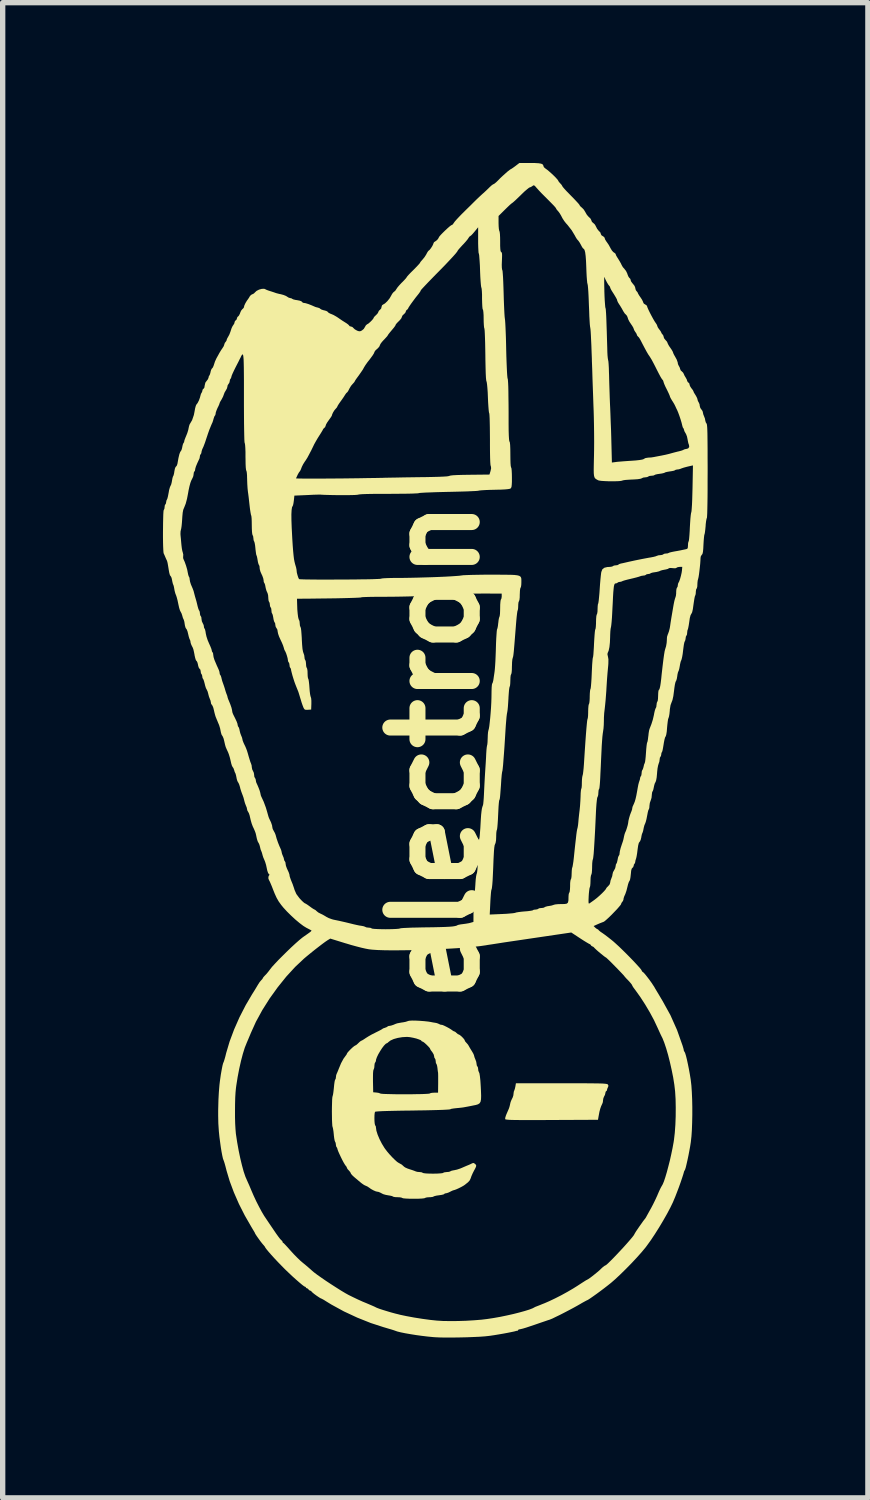
<source format=kicad_pcb>
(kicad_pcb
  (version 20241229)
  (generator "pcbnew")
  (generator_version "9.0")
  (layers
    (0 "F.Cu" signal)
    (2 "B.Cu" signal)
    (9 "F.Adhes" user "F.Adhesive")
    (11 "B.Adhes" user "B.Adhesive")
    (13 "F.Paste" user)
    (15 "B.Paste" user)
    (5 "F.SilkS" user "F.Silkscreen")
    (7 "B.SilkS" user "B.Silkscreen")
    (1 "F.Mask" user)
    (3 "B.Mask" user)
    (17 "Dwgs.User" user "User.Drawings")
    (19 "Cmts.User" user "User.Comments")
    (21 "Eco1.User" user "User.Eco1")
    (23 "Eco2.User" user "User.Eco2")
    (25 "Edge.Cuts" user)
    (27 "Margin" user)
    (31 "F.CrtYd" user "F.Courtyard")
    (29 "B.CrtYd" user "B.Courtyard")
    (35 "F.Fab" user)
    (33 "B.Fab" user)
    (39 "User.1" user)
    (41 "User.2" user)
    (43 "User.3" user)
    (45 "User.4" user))
  (footprint "electron"
    (layer "F.Cu")
    (at 5.089 11.001)
    (property "Reference" "electron" (at 0 0 90) (layer "F.SilkS") (effects (font (size 1.524 1.524) (thickness 0.3))))
    (attr board_only exclude_from_pos_files exclude_from_bom)
    (fp_poly (pts (xy 2.548 6.221) (xy 2.702 6.222) (xy 2.831 6.222) (xy 2.937 6.223) (xy 3.023 6.224) (xy 3.091 6.225) (xy 3.142 6.227) (xy 3.18 6.23) (xy 3.206 6.233) (xy 3.223 6.237) (xy 3.233 6.241) (xy 3.237 6.245) (xy 3.248 6.27) (xy 3.238 6.296) (xy 3.224 6.328) (xy 3.221 6.346) (xy 3.213 6.366) (xy 3.206 6.368) (xy 3.195 6.381) (xy 3.191 6.401) (xy 3.182 6.44) (xy 3.169 6.463) (xy 3.153 6.5) (xy 3.147 6.533) (xy 3.143 6.574) (xy 3.134 6.6) (xy 3.111 6.65) (xy 3.094 6.698) (xy 3.079 6.755) (xy 3.065 6.83) (xy 3.062 6.846) (xy 3.052 6.905) (xy 2.187 6.909) (xy 2.003 6.91) (xy 1.845 6.91) (xy 1.713 6.91) (xy 1.604 6.91) (xy 1.516 6.909) (xy 1.447 6.908) (xy 1.395 6.906) (xy 1.358 6.903) (xy 1.334 6.9) (xy 1.32 6.897) (xy 1.315 6.892) (xy 1.316 6.868) (xy 1.328 6.828) (xy 1.339 6.8) (xy 1.365 6.74) (xy 1.383 6.699) (xy 1.393 6.67) (xy 1.4 6.645) (xy 1.406 6.619) (xy 1.413 6.586) (xy 1.423 6.556) (xy 1.439 6.52) (xy 1.456 6.486) (xy 1.468 6.448) (xy 1.471 6.42) (xy 1.476 6.38) (xy 1.485 6.357) (xy 1.496 6.326) (xy 1.506 6.282) (xy 1.507 6.276) (xy 1.516 6.221) (xy 2.367 6.221)) (stroke (width 0) (type solid)) (fill yes) (layer "F.SilkS"))
    (fp_poly (pts (xy -0.356 5.049) (xy -0.279 5.053) (xy -0.2 5.059) (xy -0.126 5.067) (xy -0.088 5.073) (xy -0.036 5.083) (xy 0.007 5.09) (xy 0.029 5.094) (xy 0.059 5.104) (xy 0.086 5.117) (xy 0.114 5.128) (xy 0.128 5.128) (xy 0.143 5.131) (xy 0.176 5.145) (xy 0.218 5.166) (xy 0.263 5.19) (xy 0.302 5.214) (xy 0.325 5.231) (xy 0.35 5.247) (xy 0.363 5.251) (xy 0.383 5.261) (xy 0.404 5.28) (xy 0.43 5.302) (xy 0.448 5.309) (xy 0.468 5.32) (xy 0.498 5.345) (xy 0.529 5.376) (xy 0.552 5.405) (xy 0.559 5.422) (xy 0.569 5.442) (xy 0.59 5.465) (xy 0.618 5.497) (xy 0.634 5.523) (xy 0.65 5.552) (xy 0.675 5.594) (xy 0.69 5.618) (xy 0.715 5.66) (xy 0.731 5.695) (xy 0.734 5.709) (xy 0.742 5.738) (xy 0.757 5.775) (xy 0.773 5.818) (xy 0.779 5.856) (xy 0.784 5.889) (xy 0.794 5.905) (xy 0.805 5.925) (xy 0.809 5.954) (xy 0.813 5.989) (xy 0.822 6.009) (xy 0.833 6.035) (xy 0.842 6.089) (xy 0.851 6.173) (xy 0.858 6.285) (xy 0.862 6.365) (xy 0.865 6.456) (xy 0.863 6.521) (xy 0.854 6.567) (xy 0.836 6.596) (xy 0.807 6.615) (xy 0.765 6.628) (xy 0.744 6.632) (xy 0.68 6.645) (xy 0.614 6.658) (xy 0.581 6.664) (xy 0.526 6.674) (xy 0.458 6.682) (xy 0.404 6.687) (xy 0.351 6.693) (xy 0.308 6.7) (xy 0.285 6.709) (xy 0.284 6.709) (xy 0.266 6.712) (xy 0.221 6.715) (xy 0.151 6.719) (xy 0.059 6.722) (xy -0.053 6.725) (xy -0.183 6.728) (xy -0.328 6.73) (xy -0.421 6.732) (xy -0.603 6.734) (xy -0.756 6.737) (xy -0.881 6.74) (xy -0.98 6.743) (xy -1.051 6.747) (xy -1.098 6.751) (xy -1.12 6.755) (xy -1.121 6.757) (xy -1.127 6.78) (xy -1.131 6.822) (xy -1.132 6.874) (xy -1.131 6.928) (xy -1.127 6.973) (xy -1.121 7.002) (xy -1.118 7.008) (xy -1.106 7.028) (xy -1.103 7.053) (xy -1.095 7.11) (xy -1.072 7.183) (xy -1.037 7.266) (xy -0.993 7.352) (xy -0.944 7.432) (xy -0.932 7.449) (xy -0.894 7.499) (xy -0.847 7.554) (xy -0.796 7.609) (xy -0.748 7.656) (xy -0.708 7.692) (xy -0.684 7.708) (xy -0.62 7.744) (xy -0.578 7.782) (xy -0.555 7.798) (xy -0.513 7.817) (xy -0.475 7.83) (xy -0.425 7.846) (xy -0.383 7.861) (xy -0.364 7.869) (xy -0.332 7.879) (xy -0.289 7.883) (xy -0.288 7.883) (xy -0.251 7.887) (xy -0.229 7.897) (xy -0.228 7.898) (xy -0.21 7.904) (xy -0.168 7.909) (xy -0.106 7.912) (xy -0.037 7.913) (xy 0.038 7.912) (xy 0.099 7.908) (xy 0.139 7.904) (xy 0.154 7.898) (xy 0.174 7.889) (xy 0.21 7.884) (xy 0.221 7.883) (xy 0.259 7.88) (xy 0.283 7.873) (xy 0.286 7.871) (xy 0.304 7.861) (xy 0.34 7.852) (xy 0.359 7.849) (xy 0.414 7.837) (xy 0.474 7.817) (xy 0.496 7.808) (xy 0.549 7.785) (xy 0.6 7.763) (xy 0.618 7.756) (xy 0.66 7.738) (xy 0.694 7.721) (xy 0.697 7.719) (xy 0.723 7.713) (xy 0.75 7.729) (xy 0.754 7.733) (xy 0.768 7.749) (xy 0.773 7.764) (xy 0.768 7.786) (xy 0.751 7.822) (xy 0.731 7.858) (xy 0.704 7.912) (xy 0.682 7.963) (xy 0.67 7.999) (xy 0.67 7.999) (xy 0.65 8.041) (xy 0.62 8.074) (xy 0.586 8.101) (xy 0.56 8.122) (xy 0.533 8.14) (xy 0.492 8.163) (xy 0.444 8.187) (xy 0.399 8.207) (xy 0.366 8.219) (xy 0.357 8.221) (xy 0.334 8.228) (xy 0.297 8.245) (xy 0.287 8.251) (xy 0.246 8.27) (xy 0.211 8.28) (xy 0.205 8.28) (xy 0.182 8.286) (xy 0.176 8.293) (xy 0.163 8.301) (xy 0.128 8.31) (xy 0.081 8.317) (xy 0.031 8.324) (xy -0.007 8.333) (xy -0.023 8.34) (xy -0.041 8.348) (xy -0.079 8.353) (xy -0.103 8.354) (xy -0.147 8.357) (xy -0.177 8.364) (xy -0.184 8.369) (xy -0.202 8.374) (xy -0.245 8.379) (xy -0.308 8.382) (xy -0.389 8.383) (xy -0.397 8.383) (xy -0.479 8.382) (xy -0.544 8.379) (xy -0.589 8.375) (xy -0.61 8.369) (xy -0.61 8.369) (xy -0.629 8.36) (xy -0.667 8.355) (xy -0.699 8.354) (xy -0.744 8.352) (xy -0.776 8.346) (xy -0.786 8.341) (xy -0.804 8.332) (xy -0.841 8.324) (xy -0.866 8.32) (xy -0.917 8.311) (xy -0.96 8.299) (xy -0.973 8.294) (xy -1.021 8.269) (xy -1.051 8.256) (xy -1.071 8.251) (xy -1.079 8.251) (xy -1.11 8.243) (xy -1.153 8.224) (xy -1.198 8.199) (xy -1.228 8.177) (xy -1.266 8.152) (xy -1.294 8.14) (xy -1.326 8.125) (xy -1.368 8.096) (xy -1.393 8.076) (xy -1.443 8.034) (xy -1.495 7.99) (xy -1.515 7.973) (xy -1.548 7.942) (xy -1.57 7.916) (xy -1.574 7.906) (xy -1.584 7.885) (xy -1.608 7.856) (xy -1.61 7.854) (xy -1.636 7.826) (xy -1.647 7.803) (xy -1.647 7.802) (xy -1.658 7.778) (xy -1.669 7.766) (xy -1.684 7.745) (xy -1.708 7.705) (xy -1.736 7.652) (xy -1.765 7.593) (xy -1.791 7.537) (xy -1.812 7.489) (xy -1.823 7.457) (xy -1.824 7.45) (xy -1.833 7.425) (xy -1.838 7.42) (xy -1.849 7.4) (xy -1.853 7.371) (xy -1.858 7.335) (xy -1.868 7.316) (xy -1.876 7.295) (xy -1.884 7.253) (xy -1.891 7.198) (xy -1.892 7.184) (xy -1.898 7.125) (xy -1.906 7.075) (xy -1.913 7.044) (xy -1.915 7.041) (xy -1.92 7.017) (xy -1.923 6.969) (xy -1.926 6.904) (xy -1.927 6.828) (xy -1.928 6.746) (xy -1.927 6.664) (xy -1.925 6.589) (xy -1.923 6.525) (xy -1.919 6.48) (xy -1.914 6.461) (xy -1.907 6.435) (xy -1.9 6.388) (xy -1.893 6.328) (xy -1.89 6.298) (xy -1.884 6.238) (xy -1.877 6.19) (xy -1.87 6.16) (xy -1.866 6.154) (xy -1.856 6.135) (xy -1.853 6.11) (xy -1.852 6.105) (xy -1.159 6.105) (xy -1.159 6.186) (xy -1.155 6.39) (xy -1.096 6.395) (xy -1.055 6.401) (xy -1.027 6.411) (xy -1.023 6.413) (xy -1.005 6.417) (xy -0.962 6.421) (xy -0.898 6.423) (xy -0.819 6.425) (xy -0.728 6.427) (xy -0.629 6.427) (xy -0.527 6.427) (xy -0.427 6.427) (xy -0.333 6.425) (xy -0.248 6.424) (xy -0.178 6.421) (xy -0.127 6.418) (xy -0.099 6.414) (xy -0.096 6.413) (xy -0.077 6.404) (xy -0.039 6.399) (xy -0.014 6.398) (xy 0.059 6.398) (xy 0.061 6.218) (xy 0.061 6.147) (xy 0.061 6.087) (xy 0.06 6.043) (xy 0.059 6.023) (xy 0.059 6.023) (xy 0.055 6) (xy 0.05 5.96) (xy 0.048 5.938) (xy 0.041 5.895) (xy 0.032 5.866) (xy 0.028 5.86) (xy 0.018 5.841) (xy 0.015 5.809) (xy 0.01 5.776) (xy 0 5.758) (xy -0.012 5.738) (xy -0.015 5.714) (xy -0.024 5.68) (xy -0.047 5.642) (xy -0.051 5.636) (xy -0.075 5.605) (xy -0.088 5.583) (xy -0.088 5.58) (xy -0.098 5.561) (xy -0.124 5.532) (xy -0.158 5.498) (xy -0.192 5.467) (xy -0.22 5.446) (xy -0.231 5.442) (xy -0.249 5.434) (xy -0.25 5.43) (xy -0.263 5.416) (xy -0.299 5.401) (xy -0.349 5.384) (xy -0.407 5.37) (xy -0.465 5.359) (xy -0.517 5.354) (xy -0.528 5.354) (xy -0.612 5.359) (xy -0.696 5.373) (xy -0.771 5.394) (xy -0.831 5.421) (xy -0.868 5.449) (xy -0.889 5.468) (xy -0.898 5.471) (xy -0.921 5.484) (xy -0.953 5.517) (xy -0.989 5.564) (xy -1.025 5.62) (xy -1.059 5.678) (xy -1.085 5.732) (xy -1.101 5.777) (xy -1.103 5.795) (xy -1.11 5.822) (xy -1.118 5.832) (xy -1.127 5.851) (xy -1.132 5.887) (xy -1.132 5.896) (xy -1.136 5.936) (xy -1.146 5.963) (xy -1.148 5.966) (xy -1.154 5.987) (xy -1.158 6.034) (xy -1.159 6.105) (xy -1.852 6.105) (xy -1.848 6.071) (xy -1.84 6.048) (xy -1.827 6.019) (xy -1.809 5.976) (xy -1.802 5.957) (xy -1.756 5.846) (xy -1.71 5.761) (xy -1.672 5.709) (xy -1.653 5.683) (xy -1.647 5.668) (xy -1.637 5.65) (xy -1.611 5.62) (xy -1.577 5.585) (xy -1.541 5.551) (xy -1.51 5.526) (xy -1.492 5.515) (xy -1.491 5.515) (xy -1.473 5.506) (xy -1.444 5.481) (xy -1.434 5.471) (xy -1.405 5.444) (xy -1.383 5.428) (xy -1.38 5.427) (xy -1.362 5.419) (xy -1.329 5.399) (xy -1.295 5.376) (xy -1.246 5.345) (xy -1.183 5.309) (xy -1.117 5.276) (xy -1.108 5.271) (xy -1.055 5.245) (xy -1.013 5.223) (xy -0.989 5.209) (xy -0.985 5.205) (xy -0.967 5.194) (xy -0.937 5.184) (xy -0.905 5.172) (xy -0.889 5.161) (xy -0.869 5.15) (xy -0.852 5.148) (xy -0.82 5.142) (xy -0.777 5.128) (xy -0.768 5.124) (xy -0.735 5.11) (xy -0.706 5.1) (xy -0.67 5.093) (xy -0.619 5.084) (xy -0.596 5.081) (xy -0.549 5.072) (xy -0.511 5.06) (xy -0.506 5.057) (xy -0.476 5.051) (xy -0.424 5.048)) (stroke (width 0) (type solid)) (fill yes) (layer "F.SilkS"))
    (fp_poly (pts (xy 1.872 -11) (xy 1.941 -10.996) (xy 1.988 -10.988) (xy 2.016 -10.975) (xy 2.028 -10.957) (xy 2.03 -10.945) (xy 2.041 -10.921) (xy 2.07 -10.896) (xy 2.076 -10.892) (xy 2.106 -10.87) (xy 2.146 -10.836) (xy 2.192 -10.795) (xy 2.236 -10.753) (xy 2.274 -10.713) (xy 2.3 -10.683) (xy 2.309 -10.667) (xy 2.319 -10.649) (xy 2.343 -10.622) (xy 2.346 -10.619) (xy 2.371 -10.591) (xy 2.383 -10.57) (xy 2.383 -10.569) (xy 2.393 -10.553) (xy 2.42 -10.521) (xy 2.461 -10.476) (xy 2.513 -10.423) (xy 2.544 -10.391) (xy 2.6 -10.334) (xy 2.647 -10.284) (xy 2.683 -10.245) (xy 2.703 -10.22) (xy 2.706 -10.214) (xy 2.717 -10.195) (xy 2.744 -10.17) (xy 2.751 -10.165) (xy 2.786 -10.129) (xy 2.815 -10.082) (xy 2.818 -10.076) (xy 2.844 -10.031) (xy 2.878 -9.992) (xy 2.883 -9.988) (xy 2.912 -9.96) (xy 2.927 -9.931) (xy 2.927 -9.928) (xy 2.939 -9.899) (xy 2.957 -9.883) (xy 2.987 -9.857) (xy 3.002 -9.835) (xy 3.037 -9.767) (xy 3.07 -9.726) (xy 3.08 -9.718) (xy 3.1 -9.694) (xy 3.103 -9.676) (xy 3.117 -9.648) (xy 3.14 -9.633) (xy 3.167 -9.615) (xy 3.177 -9.596) (xy 3.185 -9.57) (xy 3.207 -9.534) (xy 3.219 -9.518) (xy 3.253 -9.468) (xy 3.283 -9.413) (xy 3.288 -9.403) (xy 3.313 -9.362) (xy 3.34 -9.332) (xy 3.35 -9.326) (xy 3.375 -9.308) (xy 3.383 -9.294) (xy 3.39 -9.273) (xy 3.41 -9.238) (xy 3.427 -9.212) (xy 3.457 -9.163) (xy 3.484 -9.115) (xy 3.492 -9.096) (xy 3.517 -9.052) (xy 3.549 -9.016) (xy 3.549 -9.015) (xy 3.576 -8.981) (xy 3.599 -8.934) (xy 3.603 -8.92) (xy 3.619 -8.879) (xy 3.636 -8.853) (xy 3.642 -8.848) (xy 3.659 -8.829) (xy 3.662 -8.811) (xy 3.672 -8.783) (xy 3.697 -8.749) (xy 3.706 -8.739) (xy 3.736 -8.701) (xy 3.75 -8.664) (xy 3.75 -8.658) (xy 3.759 -8.623) (xy 3.772 -8.604) (xy 3.791 -8.583) (xy 3.795 -8.573) (xy 3.803 -8.555) (xy 3.823 -8.521) (xy 3.846 -8.488) (xy 3.874 -8.446) (xy 3.892 -8.41) (xy 3.898 -8.392) (xy 3.91 -8.369) (xy 3.934 -8.354) (xy 3.962 -8.336) (xy 3.971 -8.318) (xy 3.978 -8.296) (xy 3.996 -8.254) (xy 4.022 -8.201) (xy 4.052 -8.143) (xy 4.083 -8.086) (xy 4.111 -8.038) (xy 4.133 -8.005) (xy 4.135 -8.003) (xy 4.155 -7.971) (xy 4.162 -7.949) (xy 4.171 -7.926) (xy 4.193 -7.893) (xy 4.199 -7.886) (xy 4.223 -7.854) (xy 4.235 -7.831) (xy 4.236 -7.828) (xy 4.246 -7.807) (xy 4.258 -7.795) (xy 4.277 -7.766) (xy 4.28 -7.748) (xy 4.29 -7.719) (xy 4.315 -7.688) (xy 4.317 -7.686) (xy 4.342 -7.658) (xy 4.353 -7.635) (xy 4.353 -7.633) (xy 4.362 -7.612) (xy 4.382 -7.576) (xy 4.405 -7.543) (xy 4.433 -7.502) (xy 4.452 -7.468) (xy 4.457 -7.453) (xy 4.466 -7.429) (xy 4.484 -7.395) (xy 4.487 -7.391) (xy 4.525 -7.322) (xy 4.544 -7.268) (xy 4.545 -7.254) (xy 4.554 -7.223) (xy 4.567 -7.2) (xy 4.584 -7.167) (xy 4.589 -7.146) (xy 4.601 -7.118) (xy 4.617 -7.104) (xy 4.644 -7.078) (xy 4.656 -7.056) (xy 4.672 -7.02) (xy 4.694 -6.984) (xy 4.713 -6.95) (xy 4.721 -6.923) (xy 4.721 -6.923) (xy 4.733 -6.899) (xy 4.743 -6.893) (xy 4.762 -6.873) (xy 4.765 -6.855) (xy 4.774 -6.826) (xy 4.797 -6.789) (xy 4.802 -6.783) (xy 4.826 -6.752) (xy 4.838 -6.729) (xy 4.839 -6.726) (xy 4.846 -6.707) (xy 4.866 -6.674) (xy 4.876 -6.659) (xy 4.898 -6.62) (xy 4.912 -6.587) (xy 4.913 -6.579) (xy 4.922 -6.546) (xy 4.935 -6.524) (xy 4.952 -6.487) (xy 4.956 -6.456) (xy 4.967 -6.416) (xy 4.986 -6.39) (xy 5.008 -6.359) (xy 5.015 -6.333) (xy 5.022 -6.298) (xy 5.037 -6.26) (xy 5.053 -6.219) (xy 5.059 -6.184) (xy 5.069 -6.147) (xy 5.081 -6.128) (xy 5.086 -6.12) (xy 5.09 -6.106) (xy 5.093 -6.082) (xy 5.096 -6.047) (xy 5.098 -5.999) (xy 5.1 -5.935) (xy 5.101 -5.854) (xy 5.102 -5.753) (xy 5.103 -5.629) (xy 5.103 -5.481) (xy 5.104 -5.307) (xy 5.104 -5.24) (xy 5.103 -5.058) (xy 5.103 -4.894) (xy 5.102 -4.748) (xy 5.1 -4.623) (xy 5.098 -4.52) (xy 5.096 -4.442) (xy 5.093 -4.388) (xy 5.091 -4.362) (xy 5.09 -4.36) (xy 5.083 -4.34) (xy 5.075 -4.298) (xy 5.068 -4.241) (xy 5.066 -4.206) (xy 5.06 -4.144) (xy 5.054 -4.093) (xy 5.048 -4.06) (xy 5.045 -4.052) (xy 5.04 -4.032) (xy 5.035 -3.989) (xy 5.03 -3.93) (xy 5.026 -3.862) (xy 5.022 -3.783) (xy 5.017 -3.729) (xy 5.01 -3.694) (xy 5.001 -3.675) (xy 4.995 -3.669) (xy 4.977 -3.642) (xy 4.971 -3.61) (xy 4.969 -3.564) (xy 4.965 -3.504) (xy 4.958 -3.435) (xy 4.95 -3.365) (xy 4.942 -3.301) (xy 4.934 -3.251) (xy 4.927 -3.221) (xy 4.926 -3.217) (xy 4.918 -3.188) (xy 4.913 -3.143) (xy 4.912 -3.119) (xy 4.91 -3.075) (xy 4.903 -3.045) (xy 4.898 -3.037) (xy 4.888 -3.018) (xy 4.883 -2.981) (xy 4.883 -2.973) (xy 4.88 -2.933) (xy 4.872 -2.906) (xy 4.87 -2.904) (xy 4.863 -2.884) (xy 4.855 -2.842) (xy 4.846 -2.784) (xy 4.839 -2.736) (xy 4.827 -2.65) (xy 4.814 -2.593) (xy 4.8 -2.565) (xy 4.798 -2.563) (xy 4.784 -2.537) (xy 4.77 -2.484) (xy 4.76 -2.414) (xy 4.751 -2.354) (xy 4.742 -2.306) (xy 4.735 -2.276) (xy 4.732 -2.271) (xy 4.725 -2.25) (xy 4.721 -2.214) (xy 4.721 -2.212) (xy 4.717 -2.176) (xy 4.707 -2.155) (xy 4.706 -2.155) (xy 4.696 -2.135) (xy 4.692 -2.105) (xy 4.686 -2.07) (xy 4.676 -2.049) (xy 4.668 -2.029) (xy 4.659 -1.986) (xy 4.651 -1.928) (xy 4.645 -1.881) (xy 4.637 -1.814) (xy 4.627 -1.756) (xy 4.617 -1.714) (xy 4.612 -1.699) (xy 4.599 -1.668) (xy 4.588 -1.62) (xy 4.583 -1.589) (xy 4.574 -1.541) (xy 4.564 -1.504) (xy 4.558 -1.491) (xy 4.548 -1.467) (xy 4.539 -1.426) (xy 4.535 -1.395) (xy 4.527 -1.348) (xy 4.516 -1.313) (xy 4.509 -1.302) (xy 4.501 -1.282) (xy 4.491 -1.239) (xy 4.482 -1.18) (xy 4.475 -1.123) (xy 4.462 -1.024) (xy 4.446 -0.951) (xy 4.43 -0.91) (xy 4.41 -0.856) (xy 4.397 -0.779) (xy 4.395 -0.747) (xy 4.389 -0.69) (xy 4.381 -0.644) (xy 4.373 -0.617) (xy 4.372 -0.615) (xy 4.364 -0.593) (xy 4.357 -0.548) (xy 4.35 -0.489) (xy 4.345 -0.437) (xy 4.339 -0.361) (xy 4.33 -0.306) (xy 4.321 -0.274) (xy 4.317 -0.268) (xy 4.307 -0.25) (xy 4.296 -0.209) (xy 4.285 -0.153) (xy 4.28 -0.121) (xy 4.27 -0.061) (xy 4.261 -0.012) (xy 4.252 0.018) (xy 4.248 0.023) (xy 4.239 0.043) (xy 4.236 0.066) (xy 4.23 0.097) (xy 4.221 0.11) (xy 4.21 0.13) (xy 4.206 0.16) (xy 4.2 0.204) (xy 4.186 0.244) (xy 4.176 0.278) (xy 4.166 0.331) (xy 4.159 0.396) (xy 4.157 0.425) (xy 4.15 0.499) (xy 4.14 0.553) (xy 4.129 0.585) (xy 4.127 0.587) (xy 4.113 0.615) (xy 4.101 0.659) (xy 4.097 0.68) (xy 4.088 0.723) (xy 4.078 0.752) (xy 4.073 0.758) (xy 4.065 0.777) (xy 4.06 0.814) (xy 4.059 0.828) (xy 4.054 0.879) (xy 4.04 0.925) (xy 4.037 0.932) (xy 4.022 0.976) (xy 4.015 1.027) (xy 4.015 1.03) (xy 4.012 1.069) (xy 4.005 1.092) (xy 4.003 1.094) (xy 3.994 1.112) (xy 3.984 1.15) (xy 3.974 1.203) (xy 3.971 1.217) (xy 3.96 1.275) (xy 3.947 1.326) (xy 3.936 1.358) (xy 3.934 1.361) (xy 3.92 1.394) (xy 3.908 1.44) (xy 3.905 1.456) (xy 3.896 1.5) (xy 3.886 1.531) (xy 3.883 1.537) (xy 3.874 1.559) (xy 3.865 1.599) (xy 3.862 1.621) (xy 3.851 1.665) (xy 3.837 1.696) (xy 3.83 1.703) (xy 3.816 1.724) (xy 3.804 1.771) (xy 3.793 1.846) (xy 3.792 1.854) (xy 3.784 1.918) (xy 3.775 1.972) (xy 3.767 2.009) (xy 3.764 2.018) (xy 3.752 2.056) (xy 3.75 2.073) (xy 3.744 2.101) (xy 3.736 2.111) (xy 3.723 2.131) (xy 3.721 2.147) (xy 3.71 2.178) (xy 3.697 2.189) (xy 3.683 2.206) (xy 3.673 2.242) (xy 3.667 2.303) (xy 3.666 2.311) (xy 3.66 2.366) (xy 3.652 2.409) (xy 3.643 2.433) (xy 3.641 2.434) (xy 3.629 2.456) (xy 3.615 2.496) (xy 3.605 2.537) (xy 3.585 2.617) (xy 3.563 2.681) (xy 3.543 2.724) (xy 3.531 2.761) (xy 3.53 2.778) (xy 3.519 2.81) (xy 3.508 2.824) (xy 3.489 2.85) (xy 3.486 2.865) (xy 3.476 2.883) (xy 3.448 2.917) (xy 3.409 2.962) (xy 3.36 3.013) (xy 3.309 3.066) (xy 3.258 3.116) (xy 3.212 3.158) (xy 3.177 3.188) (xy 3.156 3.201) (xy 3.126 3.212) (xy 3.08 3.23) (xy 3.048 3.244) (xy 2.97 3.279) (xy 3 3.309) (xy 3.026 3.33) (xy 3.044 3.339) (xy 3.059 3.347) (xy 3.059 3.35) (xy 3.071 3.363) (xy 3.1 3.387) (xy 3.136 3.411) (xy 3.181 3.443) (xy 3.239 3.487) (xy 3.301 3.536) (xy 3.339 3.567) (xy 3.388 3.611) (xy 3.448 3.666) (xy 3.513 3.729) (xy 3.581 3.796) (xy 3.649 3.865) (xy 3.713 3.931) (xy 3.77 3.992) (xy 3.817 4.044) (xy 3.851 4.083) (xy 3.867 4.106) (xy 3.868 4.11) (xy 3.88 4.132) (xy 3.889 4.138) (xy 3.908 4.153) (xy 3.938 4.187) (xy 3.976 4.235) (xy 4.017 4.289) (xy 4.057 4.345) (xy 4.091 4.397) (xy 4.106 4.42) (xy 4.125 4.454) (xy 4.157 4.507) (xy 4.196 4.572) (xy 4.239 4.645) (xy 4.259 4.678) (xy 4.407 4.946) (xy 4.531 5.224) (xy 4.635 5.518) (xy 4.654 5.582) (xy 4.657 5.603) (xy 4.657 5.605) (xy 4.663 5.622) (xy 4.673 5.635) (xy 4.684 5.66) (xy 4.699 5.709) (xy 4.716 5.778) (xy 4.734 5.861) (xy 4.753 5.955) (xy 4.771 6.054) (xy 4.787 6.153) (xy 4.789 6.17) (xy 4.8 6.266) (xy 4.808 6.385) (xy 4.814 6.52) (xy 4.817 6.665) (xy 4.817 6.814) (xy 4.814 6.959) (xy 4.809 7.095) (xy 4.801 7.215) (xy 4.79 7.313) (xy 4.79 7.317) (xy 4.777 7.4) (xy 4.761 7.488) (xy 4.744 7.577) (xy 4.726 7.662) (xy 4.709 7.736) (xy 4.695 7.795) (xy 4.683 7.834) (xy 4.677 7.846) (xy 4.663 7.871) (xy 4.662 7.876) (xy 4.649 7.923) (xy 4.627 7.991) (xy 4.599 8.074) (xy 4.567 8.164) (xy 4.532 8.256) (xy 4.498 8.344) (xy 4.466 8.42) (xy 4.454 8.449) (xy 4.405 8.55) (xy 4.343 8.667) (xy 4.271 8.793) (xy 4.194 8.922) (xy 4.115 9.047) (xy 4.039 9.161) (xy 3.969 9.258) (xy 3.943 9.293) (xy 3.868 9.383) (xy 3.777 9.485) (xy 3.677 9.592) (xy 3.573 9.698) (xy 3.47 9.799) (xy 3.374 9.889) (xy 3.291 9.961) (xy 3.287 9.964) (xy 3.229 10.01) (xy 3.163 10.061) (xy 3.094 10.113) (xy 3.026 10.163) (xy 2.964 10.207) (xy 2.911 10.244) (xy 2.873 10.269) (xy 2.853 10.28) (xy 2.851 10.281) (xy 2.835 10.288) (xy 2.8 10.307) (xy 2.751 10.334) (xy 2.726 10.349) (xy 2.663 10.385) (xy 2.587 10.427) (xy 2.504 10.471) (xy 2.418 10.516) (xy 2.336 10.558) (xy 2.261 10.594) (xy 2.2 10.624) (xy 2.156 10.642) (xy 2.144 10.647) (xy 2.114 10.656) (xy 2.062 10.674) (xy 1.994 10.697) (xy 1.916 10.724) (xy 1.861 10.743) (xy 1.78 10.77) (xy 1.708 10.794) (xy 1.648 10.812) (xy 1.607 10.822) (xy 1.592 10.825) (xy 1.566 10.83) (xy 1.559 10.839) (xy 1.551 10.852) (xy 1.548 10.852) (xy 1.526 10.855) (xy 1.515 10.858) (xy 1.486 10.866) (xy 1.434 10.877) (xy 1.365 10.891) (xy 1.285 10.906) (xy 1.198 10.921) (xy 1.113 10.935) (xy 1.033 10.947) (xy 1.007 10.95) (xy 0.935 10.958) (xy 0.838 10.965) (xy 0.725 10.97) (xy 0.6 10.975) (xy 0.47 10.978) (xy 0.34 10.98) (xy 0.217 10.98) (xy 0.107 10.979) (xy 0.016 10.975) (xy -0.029 10.972) (xy -0.132 10.962) (xy -0.241 10.949) (xy -0.351 10.934) (xy -0.457 10.917) (xy -0.555 10.9) (xy -0.638 10.883) (xy -0.703 10.867) (xy -0.743 10.853) (xy -0.768 10.844) (xy -0.815 10.829) (xy -0.877 10.811) (xy -0.947 10.79) (xy -0.952 10.789) (xy -1.201 10.708) (xy -1.454 10.607) (xy -1.703 10.491) (xy -1.937 10.363) (xy -2.04 10.3) (xy -2.081 10.274) (xy -2.113 10.257) (xy -2.125 10.251) (xy -2.144 10.243) (xy -2.177 10.222) (xy -2.217 10.195) (xy -2.258 10.165) (xy -2.29 10.139) (xy -2.308 10.121) (xy -2.309 10.118) (xy -2.321 10.106) (xy -2.332 10.104) (xy -2.356 10.092) (xy -2.363 10.082) (xy -2.381 10.063) (xy -2.392 10.06) (xy -2.41 10.052) (xy -2.412 10.045) (xy -2.423 10.031) (xy -2.428 10.031) (xy -2.448 10.021) (xy -2.485 9.993) (xy -2.535 9.951) (xy -2.596 9.898) (xy -2.664 9.837) (xy -2.735 9.77) (xy -2.806 9.702) (xy -2.869 9.638) (xy -2.937 9.568) (xy -3.002 9.499) (xy -3.061 9.434) (xy -3.111 9.377) (xy -3.149 9.331) (xy -3.172 9.301) (xy -3.177 9.29) (xy -3.186 9.275) (xy -3.208 9.248) (xy -3.215 9.241) (xy -3.239 9.212) (xy -3.27 9.172) (xy -3.303 9.126) (xy -3.334 9.082) (xy -3.357 9.047) (xy -3.368 9.027) (xy -3.368 9.025) (xy -3.375 9.01) (xy -3.395 8.977) (xy -3.423 8.93) (xy -3.439 8.903) (xy -3.558 8.696) (xy -3.667 8.481) (xy -3.762 8.264) (xy -3.841 8.052) (xy -3.901 7.851) (xy -3.904 7.838) (xy -3.921 7.772) (xy -3.937 7.715) (xy -3.95 7.675) (xy -3.956 7.66) (xy -3.967 7.63) (xy -3.979 7.576) (xy -3.993 7.503) (xy -4.007 7.416) (xy -4.02 7.321) (xy -4.033 7.222) (xy -4.043 7.124) (xy -4.045 7.096) (xy -4.053 6.975) (xy -4.056 6.835) (xy -4.056 6.732) (xy -3.741 6.732) (xy -3.741 6.856) (xy -3.738 6.975) (xy -3.732 7.079) (xy -3.725 7.163) (xy -3.723 7.177) (xy -3.7 7.329) (xy -3.673 7.479) (xy -3.643 7.623) (xy -3.611 7.756) (xy -3.579 7.874) (xy -3.546 7.971) (xy -3.515 8.042) (xy -3.498 8.08) (xy -3.473 8.136) (xy -3.446 8.2) (xy -3.434 8.229) (xy -3.392 8.326) (xy -3.343 8.431) (xy -3.291 8.533) (xy -3.241 8.626) (xy -3.196 8.702) (xy -3.188 8.714) (xy -3.1 8.845) (xy -3.028 8.951) (xy -2.971 9.035) (xy -2.927 9.096) (xy -2.896 9.136) (xy -2.877 9.156) (xy -2.874 9.158) (xy -2.855 9.177) (xy -2.853 9.186) (xy -2.846 9.205) (xy -2.841 9.207) (xy -2.827 9.217) (xy -2.799 9.246) (xy -2.759 9.289) (xy -2.712 9.342) (xy -2.702 9.353) (xy -2.643 9.418) (xy -2.578 9.484) (xy -2.517 9.543) (xy -2.471 9.582) (xy -2.415 9.628) (xy -2.359 9.676) (xy -2.313 9.716) (xy -2.305 9.724) (xy -2.264 9.759) (xy -2.203 9.805) (xy -2.125 9.86) (xy -2.038 9.92) (xy -1.944 9.982) (xy -1.849 10.043) (xy -1.759 10.1) (xy -1.677 10.149) (xy -1.616 10.183) (xy -1.535 10.223) (xy -1.441 10.268) (xy -1.348 10.31) (xy -1.294 10.332) (xy -1.228 10.36) (xy -1.172 10.384) (xy -1.131 10.402) (xy -1.111 10.412) (xy -1.11 10.413) (xy -1.086 10.424) (xy -1.039 10.442) (xy -0.975 10.463) (xy -0.9 10.486) (xy -0.82 10.51) (xy -0.739 10.532) (xy -0.665 10.55) (xy -0.661 10.552) (xy -0.533 10.579) (xy -0.387 10.606) (xy -0.235 10.63) (xy -0.088 10.65) (xy 0.037 10.663) (xy 0.15 10.67) (xy 0.285 10.672) (xy 0.432 10.671) (xy 0.585 10.666) (xy 0.734 10.657) (xy 0.872 10.646) (xy 0.978 10.633) (xy 1.097 10.615) (xy 1.221 10.593) (xy 1.346 10.567) (xy 1.467 10.54) (xy 1.581 10.511) (xy 1.682 10.483) (xy 1.766 10.457) (xy 1.828 10.433) (xy 1.857 10.418) (xy 1.878 10.406) (xy 1.883 10.405) (xy 1.9 10.398) (xy 1.931 10.386) (xy 1.969 10.371) (xy 2.02 10.35) (xy 2.049 10.339) (xy 2.141 10.299) (xy 2.25 10.247) (xy 2.366 10.188) (xy 2.482 10.124) (xy 2.588 10.062) (xy 2.674 10.008) (xy 2.735 9.968) (xy 2.788 9.934) (xy 2.826 9.91) (xy 2.847 9.899) (xy 2.848 9.898) (xy 2.866 9.889) (xy 2.9 9.866) (xy 2.945 9.832) (xy 2.994 9.793) (xy 3.043 9.753) (xy 3.086 9.716) (xy 3.11 9.692) (xy 3.145 9.66) (xy 3.173 9.639) (xy 3.185 9.633) (xy 3.203 9.623) (xy 3.237 9.594) (xy 3.283 9.549) (xy 3.339 9.493) (xy 3.401 9.428) (xy 3.466 9.359) (xy 3.531 9.289) (xy 3.592 9.221) (xy 3.646 9.159) (xy 3.691 9.106) (xy 3.721 9.067) (xy 3.735 9.043) (xy 3.736 9.04) (xy 3.744 9.026) (xy 3.764 8.993) (xy 3.794 8.949) (xy 3.828 8.899) (xy 3.863 8.85) (xy 3.893 8.807) (xy 3.916 8.777) (xy 3.925 8.766) (xy 3.939 8.748) (xy 3.952 8.727) (xy 3.966 8.701) (xy 3.991 8.656) (xy 4.022 8.6) (xy 4.044 8.561) (xy 4.084 8.485) (xy 4.125 8.401) (xy 4.161 8.323) (xy 4.171 8.298) (xy 4.197 8.239) (xy 4.22 8.19) (xy 4.238 8.156) (xy 4.243 8.148) (xy 4.262 8.115) (xy 4.286 8.058) (xy 4.312 7.98) (xy 4.34 7.886) (xy 4.368 7.78) (xy 4.397 7.667) (xy 4.423 7.55) (xy 4.447 7.435) (xy 4.467 7.325) (xy 4.474 7.28) (xy 4.489 7.15) (xy 4.5 7) (xy 4.506 6.84) (xy 4.507 6.676) (xy 4.504 6.517) (xy 4.495 6.372) (xy 4.481 6.251) (xy 4.459 6.112) (xy 4.43 5.969) (xy 4.398 5.827) (xy 4.364 5.692) (xy 4.328 5.568) (xy 4.292 5.461) (xy 4.258 5.376) (xy 4.244 5.349) (xy 4.223 5.306) (xy 4.196 5.247) (xy 4.167 5.183) (xy 4.161 5.17) (xy 4.099 5.038) (xy 4.022 4.895) (xy 3.935 4.748) (xy 3.843 4.606) (xy 3.752 4.479) (xy 3.733 4.454) (xy 3.708 4.42) (xy 3.693 4.394) (xy 3.692 4.388) (xy 3.682 4.371) (xy 3.657 4.34) (xy 3.622 4.301) (xy 3.618 4.297) (xy 3.582 4.26) (xy 3.556 4.231) (xy 3.545 4.217) (xy 3.544 4.217) (xy 3.535 4.204) (xy 3.508 4.175) (xy 3.469 4.134) (xy 3.422 4.085) (xy 3.37 4.032) (xy 3.319 3.98) (xy 3.273 3.934) (xy 3.234 3.897) (xy 3.209 3.874) (xy 3.201 3.868) (xy 3.185 3.859) (xy 3.154 3.835) (xy 3.113 3.802) (xy 3.068 3.765) (xy 3.026 3.728) (xy 2.993 3.697) (xy 2.975 3.678) (xy 2.973 3.675) (xy 2.956 3.663) (xy 2.949 3.662) (xy 2.928 3.65) (xy 2.921 3.64) (xy 2.906 3.621) (xy 2.898 3.618) (xy 2.881 3.61) (xy 2.845 3.589) (xy 2.794 3.558) (xy 2.733 3.519) (xy 2.718 3.509) (xy 2.552 3.4) (xy 1.868 3.501) (xy 1.719 3.523) (xy 1.571 3.545) (xy 1.428 3.566) (xy 1.293 3.586) (xy 1.172 3.605) (xy 1.069 3.621) (xy 0.988 3.633) (xy 0.949 3.64) (xy 0.844 3.655) (xy 0.716 3.669) (xy 0.571 3.682) (xy 0.411 3.694) (xy 0.24 3.704) (xy 0.061 3.713) (xy -0.12 3.721) (xy -0.302 3.727) (xy -0.479 3.731) (xy -0.648 3.733) (xy -0.807 3.734) (xy -0.95 3.732) (xy -1.073 3.728) (xy -1.175 3.721) (xy -1.235 3.714) (xy -1.294 3.703) (xy -1.374 3.685) (xy -1.467 3.661) (xy -1.566 3.634) (xy -1.665 3.604) (xy -1.667 3.604) (xy -1.958 3.514) (xy -2.012 3.547) (xy -2.052 3.574) (xy -2.109 3.616) (xy -2.178 3.669) (xy -2.254 3.728) (xy -2.331 3.79) (xy -2.404 3.85) (xy -2.449 3.888) (xy -2.616 4.045) (xy -2.782 4.226) (xy -2.942 4.425) (xy -3.093 4.635) (xy -3.23 4.852) (xy -3.349 5.07) (xy -3.445 5.282) (xy -3.456 5.309) (xy -3.482 5.371) (xy -3.51 5.437) (xy -3.522 5.465) (xy -3.558 5.555) (xy -3.594 5.67) (xy -3.629 5.803) (xy -3.662 5.95) (xy -3.692 6.106) (xy -3.717 6.265) (xy -3.723 6.31) (xy -3.731 6.39) (xy -3.737 6.491) (xy -3.74 6.608) (xy -3.741 6.732) (xy -4.056 6.732) (xy -4.055 6.684) (xy -4.051 6.531) (xy -4.043 6.385) (xy -4.032 6.253) (xy -4.023 6.177) (xy -4.006 6.057) (xy -3.989 5.961) (xy -3.975 5.89) (xy -3.963 5.845) (xy -3.957 5.832) (xy -3.949 5.812) (xy -3.936 5.77) (xy -3.92 5.713) (xy -3.906 5.655) (xy -3.842 5.44) (xy -3.758 5.215) (xy -3.657 4.986) (xy -3.541 4.76) (xy -3.423 4.559) (xy -3.384 4.497) (xy -3.348 4.438) (xy -3.32 4.391) (xy -3.306 4.368) (xy -3.28 4.328) (xy -3.253 4.296) (xy -3.249 4.292) (xy -3.228 4.269) (xy -3.221 4.255) (xy -3.211 4.238) (xy -3.187 4.211) (xy -3.182 4.206) (xy -3.152 4.175) (xy -3.115 4.13) (xy -3.084 4.089) (xy -3.048 4.043) (xy -2.993 3.983) (xy -2.925 3.911) (xy -2.848 3.834) (xy -2.767 3.754) (xy -2.686 3.676) (xy -2.609 3.605) (xy -2.54 3.544) (xy -2.484 3.498) (xy -2.461 3.481) (xy -2.395 3.435) (xy -2.35 3.403) (xy -2.323 3.382) (xy -2.311 3.369) (xy -2.31 3.363) (xy -2.31 3.363) (xy -2.326 3.353) (xy -2.36 3.335) (xy -2.405 3.312) (xy -2.462 3.277) (xy -2.532 3.224) (xy -2.611 3.158) (xy -2.691 3.084) (xy -2.768 3.008) (xy -2.836 2.934) (xy -2.876 2.885) (xy -2.923 2.82) (xy -2.962 2.752) (xy -2.999 2.671) (xy -3.025 2.606) (xy -3.051 2.539) (xy -3.075 2.482) (xy -3.093 2.441) (xy -3.104 2.421) (xy -3.104 2.42) (xy -3.116 2.393) (xy -3.116 2.358) (xy -3.105 2.332) (xy -3.101 2.33) (xy -3.095 2.317) (xy -3.107 2.307) (xy -3.122 2.286) (xy -3.137 2.242) (xy -3.147 2.195) (xy -3.16 2.135) (xy -3.177 2.079) (xy -3.191 2.044) (xy -3.212 1.995) (xy -3.228 1.945) (xy -3.228 1.941) (xy -3.239 1.903) (xy -3.249 1.877) (xy -3.25 1.875) (xy -3.26 1.852) (xy -3.27 1.813) (xy -3.272 1.802) (xy -3.284 1.758) (xy -3.299 1.724) (xy -3.303 1.72) (xy -3.317 1.693) (xy -3.331 1.648) (xy -3.338 1.617) (xy -3.347 1.574) (xy -3.355 1.541) (xy -3.367 1.508) (xy -3.385 1.465) (xy -3.41 1.412) (xy -3.43 1.358) (xy -3.448 1.294) (xy -3.456 1.259) (xy -3.468 1.207) (xy -3.482 1.166) (xy -3.493 1.147) (xy -3.511 1.115) (xy -3.515 1.095) (xy -3.522 1.061) (xy -3.537 1.025) (xy -3.554 0.981) (xy -3.568 0.932) (xy -3.568 0.93) (xy -3.581 0.879) (xy -3.6 0.825) (xy -3.604 0.816) (xy -3.623 0.765) (xy -3.642 0.705) (xy -3.647 0.681) (xy -3.661 0.635) (xy -3.676 0.6) (xy -3.684 0.589) (xy -3.697 0.565) (xy -3.709 0.525) (xy -3.713 0.503) (xy -3.722 0.459) (xy -3.731 0.427) (xy -3.735 0.419) (xy -3.747 0.395) (xy -3.757 0.361) (xy -3.77 0.325) (xy -3.786 0.302) (xy -3.798 0.281) (xy -3.811 0.239) (xy -3.822 0.191) (xy -3.837 0.128) (xy -3.856 0.066) (xy -3.87 0.029) (xy -3.897 -0.029) (xy -3.915 -0.071) (xy -3.926 -0.109) (xy -3.936 -0.152) (xy -3.942 -0.179) (xy -3.954 -0.228) (xy -3.969 -0.265) (xy -3.978 -0.28) (xy -3.993 -0.304) (xy -4.005 -0.345) (xy -4.009 -0.365) (xy -4.02 -0.42) (xy -4.036 -0.473) (xy -4.04 -0.485) (xy -4.059 -0.529) (xy -4.074 -0.567) (xy -4.076 -0.57) (xy -4.093 -0.612) (xy -4.103 -0.636) (xy -4.113 -0.668) (xy -4.126 -0.717) (xy -4.135 -0.757) (xy -4.147 -0.806) (xy -4.162 -0.843) (xy -4.172 -0.857) (xy -4.188 -0.88) (xy -4.192 -0.902) (xy -4.199 -0.939) (xy -4.212 -0.972) (xy -4.228 -1.013) (xy -4.241 -1.062) (xy -4.242 -1.068) (xy -4.254 -1.111) (xy -4.269 -1.143) (xy -4.271 -1.147) (xy -4.285 -1.173) (xy -4.299 -1.217) (xy -4.308 -1.254) (xy -4.32 -1.3) (xy -4.332 -1.335) (xy -4.34 -1.346) (xy -4.35 -1.366) (xy -4.353 -1.39) (xy -4.359 -1.421) (xy -4.368 -1.434) (xy -4.379 -1.454) (xy -4.383 -1.485) (xy -4.389 -1.518) (xy -4.403 -1.534) (xy -4.417 -1.552) (xy -4.43 -1.589) (xy -4.433 -1.608) (xy -4.443 -1.649) (xy -4.456 -1.677) (xy -4.462 -1.681) (xy -4.474 -1.699) (xy -4.486 -1.737) (xy -4.498 -1.789) (xy -4.498 -1.794) (xy -4.509 -1.85) (xy -4.52 -1.898) (xy -4.53 -1.927) (xy -4.53 -1.927) (xy -4.55 -1.966) (xy -4.559 -1.985) (xy -4.572 -2.022) (xy -4.574 -2.041) (xy -4.581 -2.072) (xy -4.587 -2.082) (xy -4.596 -2.103) (xy -4.608 -2.143) (xy -4.618 -2.187) (xy -4.63 -2.235) (xy -4.644 -2.271) (xy -4.655 -2.285) (xy -4.666 -2.302) (xy -4.677 -2.339) (xy -4.682 -2.368) (xy -4.689 -2.415) (xy -4.699 -2.45) (xy -4.704 -2.461) (xy -4.716 -2.487) (xy -4.727 -2.525) (xy -4.728 -2.53) (xy -4.742 -2.572) (xy -4.759 -2.604) (xy -4.76 -2.605) (xy -4.772 -2.63) (xy -4.786 -2.675) (xy -4.799 -2.733) (xy -4.803 -2.752) (xy -4.816 -2.814) (xy -4.83 -2.868) (xy -4.842 -2.906) (xy -4.845 -2.912) (xy -4.859 -2.949) (xy -4.872 -2.999) (xy -4.876 -3.022) (xy -4.884 -3.068) (xy -4.893 -3.101) (xy -4.898 -3.111) (xy -4.906 -3.133) (xy -4.915 -3.173) (xy -4.919 -3.194) (xy -4.928 -3.236) (xy -4.941 -3.264) (xy -4.947 -3.27) (xy -4.959 -3.288) (xy -4.971 -3.33) (xy -4.982 -3.391) (xy -4.984 -3.405) (xy -4.994 -3.466) (xy -5.003 -3.517) (xy -5.012 -3.551) (xy -5.014 -3.557) (xy -5.029 -3.588) (xy -5.045 -3.625) (xy -5.062 -3.665) (xy -5.076 -3.695) (xy -5.08 -3.717) (xy -5.083 -3.763) (xy -5.086 -3.828) (xy -5.088 -3.908) (xy -5.089 -3.997) (xy -5.089 -4.058) (xy -4.762 -4.058) (xy -4.76 -4.028) (xy -4.754 -3.97) (xy -4.748 -3.899) (xy -4.743 -3.846) (xy -4.736 -3.789) (xy -4.727 -3.74) (xy -4.718 -3.711) (xy -4.709 -3.672) (xy -4.711 -3.647) (xy -4.712 -3.61) (xy -4.707 -3.591) (xy -4.682 -3.535) (xy -4.657 -3.464) (xy -4.636 -3.392) (xy -4.625 -3.335) (xy -4.616 -3.292) (xy -4.606 -3.263) (xy -4.602 -3.257) (xy -4.593 -3.238) (xy -4.589 -3.203) (xy -4.589 -3.203) (xy -4.582 -3.164) (xy -4.566 -3.113) (xy -4.553 -3.083) (xy -4.532 -3.034) (xy -4.516 -2.99) (xy -4.511 -2.971) (xy -4.502 -2.936) (xy -4.489 -2.887) (xy -4.479 -2.853) (xy -4.462 -2.794) (xy -4.447 -2.733) (xy -4.441 -2.707) (xy -4.429 -2.664) (xy -4.417 -2.633) (xy -4.412 -2.627) (xy -4.401 -2.602) (xy -4.398 -2.572) (xy -4.393 -2.539) (xy -4.383 -2.522) (xy -4.372 -2.503) (xy -4.368 -2.468) (xy -4.368 -2.466) (xy -4.361 -2.423) (xy -4.346 -2.391) (xy -4.328 -2.354) (xy -4.324 -2.329) (xy -4.319 -2.3) (xy -4.311 -2.288) (xy -4.302 -2.27) (xy -4.293 -2.232) (xy -4.288 -2.197) (xy -4.275 -2.139) (xy -4.253 -2.071) (xy -4.227 -2.01) (xy -4.203 -1.957) (xy -4.185 -1.912) (xy -4.177 -1.884) (xy -4.177 -1.881) (xy -4.17 -1.854) (xy -4.162 -1.846) (xy -4.152 -1.826) (xy -4.148 -1.793) (xy -4.142 -1.753) (xy -4.126 -1.702) (xy -4.117 -1.68) (xy -4.096 -1.631) (xy -4.078 -1.588) (xy -4.071 -1.574) (xy -4.054 -1.536) (xy -4.043 -1.511) (xy -4.031 -1.474) (xy -4.03 -1.457) (xy -4.024 -1.429) (xy -4.017 -1.42) (xy -4.006 -1.402) (xy -3.995 -1.366) (xy -3.994 -1.359) (xy -3.981 -1.308) (xy -3.964 -1.26) (xy -3.948 -1.215) (xy -3.931 -1.162) (xy -3.927 -1.147) (xy -3.913 -1.101) (xy -3.9 -1.064) (xy -3.896 -1.055) (xy -3.885 -1.026) (xy -3.883 -1.014) (xy -3.877 -0.99) (xy -3.864 -0.954) (xy -3.862 -0.951) (xy -3.83 -0.873) (xy -3.807 -0.807) (xy -3.796 -0.76) (xy -3.795 -0.748) (xy -3.788 -0.713) (xy -3.774 -0.679) (xy -3.735 -0.601) (xy -3.709 -0.545) (xy -3.695 -0.506) (xy -3.692 -0.485) (xy -3.685 -0.458) (xy -3.678 -0.449) (xy -3.667 -0.431) (xy -3.657 -0.395) (xy -3.655 -0.381) (xy -3.643 -0.332) (xy -3.627 -0.288) (xy -3.624 -0.282) (xy -3.609 -0.245) (xy -3.603 -0.218) (xy -3.597 -0.191) (xy -3.581 -0.15) (xy -3.572 -0.13) (xy -3.549 -0.083) (xy -3.532 -0.043) (xy -3.517 -0.003) (xy -3.501 0.049) (xy -3.486 0.103) (xy -3.469 0.159) (xy -3.454 0.207) (xy -3.442 0.236) (xy -3.441 0.239) (xy -3.43 0.273) (xy -3.427 0.306) (xy -3.419 0.348) (xy -3.405 0.376) (xy -3.389 0.411) (xy -3.383 0.451) (xy -3.379 0.487) (xy -3.368 0.507) (xy -3.368 0.507) (xy -3.356 0.528) (xy -3.353 0.545) (xy -3.346 0.584) (xy -3.34 0.6) (xy -3.321 0.641) (xy -3.3 0.691) (xy -3.281 0.741) (xy -3.269 0.782) (xy -3.265 0.801) (xy -3.258 0.834) (xy -3.252 0.85) (xy -3.205 0.951) (xy -3.164 1.061) (xy -3.141 1.138) (xy -3.126 1.192) (xy -3.113 1.237) (xy -3.103 1.263) (xy -3.103 1.263) (xy -3.067 1.339) (xy -3.047 1.398) (xy -3.044 1.423) (xy -3.036 1.461) (xy -3.017 1.498) (xy -2.995 1.538) (xy -2.981 1.574) (xy -2.963 1.64) (xy -2.937 1.716) (xy -2.909 1.786) (xy -2.896 1.814) (xy -2.878 1.856) (xy -2.869 1.89) (xy -2.868 1.897) (xy -2.861 1.928) (xy -2.846 1.965) (xy -2.83 2.003) (xy -2.824 2.032) (xy -2.816 2.059) (xy -2.809 2.066) (xy -2.798 2.086) (xy -2.794 2.115) (xy -2.788 2.151) (xy -2.771 2.198) (xy -2.758 2.227) (xy -2.737 2.272) (xy -2.724 2.31) (xy -2.721 2.324) (xy -2.719 2.343) (xy -2.711 2.37) (xy -2.696 2.413) (xy -2.671 2.475) (xy -2.663 2.493) (xy -2.653 2.523) (xy -2.637 2.569) (xy -2.626 2.605) (xy -2.593 2.68) (xy -2.538 2.754) (xy -2.524 2.77) (xy -2.486 2.81) (xy -2.454 2.839) (xy -2.435 2.853) (xy -2.434 2.853) (xy -2.415 2.862) (xy -2.382 2.883) (xy -2.342 2.912) (xy -2.301 2.942) (xy -2.268 2.963) (xy -2.252 2.971) (xy -2.234 2.981) (xy -2.215 2.999) (xy -2.183 3.025) (xy -2.143 3.046) (xy -2.101 3.066) (xy -2.052 3.094) (xy -2.037 3.104) (xy -1.987 3.13) (xy -1.926 3.152) (xy -1.897 3.16) (xy -1.795 3.181) (xy -1.672 3.209) (xy -1.537 3.242) (xy -1.53 3.244) (xy -1.469 3.258) (xy -1.411 3.27) (xy -1.375 3.275) (xy -1.334 3.283) (xy -1.306 3.293) (xy -1.302 3.296) (xy -1.279 3.305) (xy -1.242 3.309) (xy -1.241 3.309) (xy -1.205 3.313) (xy -1.184 3.323) (xy -1.184 3.324) (xy -1.167 3.329) (xy -1.126 3.333) (xy -1.067 3.336) (xy -0.997 3.338) (xy -0.92 3.339) (xy -0.844 3.338) (xy -0.773 3.336) (xy -0.714 3.333) (xy -0.672 3.329) (xy -0.653 3.324) (xy -0.635 3.32) (xy -0.59 3.316) (xy -0.522 3.313) (xy -0.433 3.309) (xy -0.327 3.307) (xy -0.205 3.304) (xy -0.184 3.304) (xy -0.032 3.302) (xy 0.093 3.299) (xy 0.193 3.296) (xy 0.272 3.292) (xy 0.331 3.287) (xy 0.374 3.28) (xy 0.403 3.273) (xy 0.42 3.264) (xy 0.42 3.264) (xy 0.442 3.256) (xy 0.484 3.248) (xy 0.523 3.243) (xy 0.582 3.235) (xy 0.639 3.225) (xy 0.666 3.218) (xy 0.721 3.202) (xy 0.722 3.024) (xy 0.723 2.941) (xy 0.727 2.855) (xy 0.732 2.78) (xy 0.737 2.736) (xy 0.744 2.67) (xy 0.751 2.589) (xy 0.757 2.506) (xy 0.759 2.471) (xy 0.764 2.405) (xy 0.771 2.349) (xy 0.779 2.31) (xy 0.784 2.297) (xy 0.789 2.276) (xy 0.795 2.23) (xy 0.8 2.161) (xy 0.805 2.074) (xy 0.809 1.973) (xy 0.812 1.88) (xy 0.816 1.797) (xy 0.82 1.729) (xy 0.825 1.679) (xy 0.828 1.652) (xy 0.829 1.65) (xy 0.834 1.63) (xy 0.839 1.586) (xy 0.844 1.523) (xy 0.85 1.447) (xy 0.853 1.393) (xy 0.859 1.283) (xy 0.865 1.197) (xy 0.872 1.133) (xy 0.879 1.084) (xy 0.888 1.049) (xy 0.898 1.022) (xy 0.904 0.997) (xy 0.909 0.948) (xy 0.914 0.884) (xy 0.918 0.812) (xy 0.918 0.809) (xy 0.922 0.723) (xy 0.927 0.62) (xy 0.933 0.512) (xy 0.939 0.411) (xy 0.94 0.397) (xy 0.946 0.305) (xy 0.952 0.212) (xy 0.957 0.126) (xy 0.96 0.057) (xy 0.961 0.042) (xy 0.965 -0.018) (xy 0.97 -0.066) (xy 0.975 -0.095) (xy 0.976 -0.1) (xy 0.981 -0.121) (xy 0.985 -0.163) (xy 0.987 -0.219) (xy 0.988 -0.238) (xy 0.99 -0.297) (xy 0.994 -0.347) (xy 1 -0.378) (xy 1.001 -0.382) (xy 1.009 -0.41) (xy 1.018 -0.462) (xy 1.026 -0.533) (xy 1.035 -0.617) (xy 1.043 -0.71) (xy 1.05 -0.806) (xy 1.055 -0.9) (xy 1.058 -0.986) (xy 1.059 -1.047) (xy 1.06 -1.121) (xy 1.062 -1.184) (xy 1.066 -1.23) (xy 1.07 -1.254) (xy 1.072 -1.256) (xy 1.081 -1.274) (xy 1.091 -1.311) (xy 1.095 -1.334) (xy 1.103 -1.39) (xy 1.113 -1.456) (xy 1.118 -1.493) (xy 1.122 -1.533) (xy 1.127 -1.598) (xy 1.132 -1.68) (xy 1.136 -1.775) (xy 1.14 -1.877) (xy 1.141 -1.919) (xy 1.144 -2.017) (xy 1.148 -2.104) (xy 1.153 -2.178) (xy 1.157 -2.234) (xy 1.161 -2.267) (xy 1.163 -2.273) (xy 1.171 -2.295) (xy 1.179 -2.337) (xy 1.185 -2.391) (xy 1.186 -2.395) (xy 1.192 -2.448) (xy 1.2 -2.489) (xy 1.208 -2.508) (xy 1.208 -2.509) (xy 1.213 -2.526) (xy 1.218 -2.566) (xy 1.22 -2.622) (xy 1.221 -2.669) (xy 1.222 -2.735) (xy 1.226 -2.788) (xy 1.231 -2.822) (xy 1.235 -2.831) (xy 1.245 -2.851) (xy 1.25 -2.886) (xy 1.25 -2.891) (xy 1.25 -2.942) (xy 1.151 -2.942) (xy 1.013 -2.943) (xy 0.88 -2.943) (xy 0.755 -2.942) (xy 0.641 -2.94) (xy 0.542 -2.938) (xy 0.46 -2.936) (xy 0.4 -2.933) (xy 0.364 -2.929) (xy 0.355 -2.927) (xy 0.334 -2.923) (xy 0.287 -2.919) (xy 0.217 -2.914) (xy 0.127 -2.91) (xy 0.022 -2.905) (xy -0.097 -2.901) (xy -0.225 -2.896) (xy -0.359 -2.893) (xy -0.496 -2.889) (xy -0.632 -2.886) (xy -0.764 -2.884) (xy -0.89 -2.883) (xy -1.004 -2.882) (xy -1.009 -2.882) (xy -1.108 -2.882) (xy -1.197 -2.881) (xy -1.273 -2.879) (xy -1.33 -2.877) (xy -1.364 -2.875) (xy -1.373 -2.873) (xy -1.391 -2.869) (xy -1.436 -2.866) (xy -1.506 -2.863) (xy -1.601 -2.86) (xy -1.716 -2.857) (xy -1.852 -2.854) (xy -2.005 -2.852) (xy -2.175 -2.85) (xy -2.324 -2.848) (xy -2.581 -2.846) (xy -2.578 -2.736) (xy -2.575 -2.645) (xy -2.568 -2.566) (xy -2.56 -2.504) (xy -2.55 -2.462) (xy -2.543 -2.45) (xy -2.534 -2.426) (xy -2.53 -2.388) (xy -2.53 -2.383) (xy -2.526 -2.343) (xy -2.516 -2.316) (xy -2.514 -2.314) (xy -2.508 -2.295) (xy -2.502 -2.252) (xy -2.497 -2.19) (xy -2.492 -2.117) (xy -2.491 -2.087) (xy -2.485 -1.985) (xy -2.478 -1.906) (xy -2.468 -1.854) (xy -2.462 -1.836) (xy -2.446 -1.79) (xy -2.441 -1.752) (xy -2.437 -1.718) (xy -2.427 -1.699) (xy -2.418 -1.68) (xy -2.413 -1.642) (xy -2.412 -1.625) (xy -2.409 -1.584) (xy -2.401 -1.556) (xy -2.397 -1.552) (xy -2.39 -1.533) (xy -2.384 -1.494) (xy -2.383 -1.449) (xy -2.381 -1.399) (xy -2.376 -1.362) (xy -2.37 -1.347) (xy -2.364 -1.33) (xy -2.358 -1.29) (xy -2.352 -1.234) (xy -2.348 -1.182) (xy -2.343 -1.116) (xy -2.336 -1.06) (xy -2.328 -1.021) (xy -2.323 -1.007) (xy -2.316 -0.983) (xy -2.312 -0.939) (xy -2.312 -0.883) (xy -2.312 -0.88) (xy -2.316 -0.772) (xy -2.378 -0.768) (xy -2.418 -0.767) (xy -2.44 -0.776) (xy -2.457 -0.802) (xy -2.461 -0.812) (xy -2.476 -0.85) (xy -2.495 -0.905) (xy -2.513 -0.966) (xy -2.515 -0.971) (xy -2.532 -1.028) (xy -2.547 -1.077) (xy -2.557 -1.108) (xy -2.558 -1.11) (xy -2.592 -1.194) (xy -2.614 -1.25) (xy -2.63 -1.294) (xy -2.648 -1.35) (xy -2.666 -1.409) (xy -2.68 -1.462) (xy -2.69 -1.502) (xy -2.692 -1.518) (xy -2.699 -1.544) (xy -2.706 -1.552) (xy -2.717 -1.572) (xy -2.721 -1.603) (xy -2.726 -1.637) (xy -2.736 -1.655) (xy -2.748 -1.675) (xy -2.751 -1.696) (xy -2.756 -1.73) (xy -2.769 -1.778) (xy -2.785 -1.826) (xy -2.802 -1.864) (xy -2.809 -1.875) (xy -2.82 -1.899) (xy -2.83 -1.936) (xy -2.831 -1.938) (xy -2.843 -1.975) (xy -2.865 -2.027) (xy -2.891 -2.082) (xy -2.891 -2.082) (xy -2.916 -2.137) (xy -2.934 -2.189) (xy -2.942 -2.227) (xy -2.942 -2.227) (xy -2.948 -2.267) (xy -2.963 -2.294) (xy -2.964 -2.294) (xy -2.98 -2.322) (xy -2.986 -2.354) (xy -2.99 -2.387) (xy -3 -2.404) (xy -3.01 -2.423) (xy -3.02 -2.461) (xy -3.024 -2.487) (xy -3.032 -2.53) (xy -3.041 -2.56) (xy -3.046 -2.568) (xy -3.055 -2.586) (xy -3.059 -2.621) (xy -3.059 -2.625) (xy -3.063 -2.662) (xy -3.073 -2.683) (xy -3.074 -2.684) (xy -3.085 -2.704) (xy -3.089 -2.736) (xy -3.093 -2.769) (xy -3.103 -2.787) (xy -3.112 -2.806) (xy -3.117 -2.844) (xy -3.118 -2.866) (xy -3.122 -2.914) (xy -3.133 -2.954) (xy -3.139 -2.965) (xy -3.153 -2.997) (xy -3.166 -3.044) (xy -3.17 -3.064) (xy -3.178 -3.106) (xy -3.189 -3.135) (xy -3.193 -3.141) (xy -3.203 -3.16) (xy -3.206 -3.192) (xy -3.213 -3.229) (xy -3.231 -3.278) (xy -3.243 -3.303) (xy -3.265 -3.353) (xy -3.278 -3.401) (xy -3.28 -3.421) (xy -3.283 -3.456) (xy -3.292 -3.477) (xy -3.293 -3.477) (xy -3.302 -3.496) (xy -3.312 -3.533) (xy -3.317 -3.563) (xy -3.325 -3.609) (xy -3.333 -3.644) (xy -3.338 -3.655) (xy -3.345 -3.676) (xy -3.351 -3.718) (xy -3.358 -3.773) (xy -3.359 -3.787) (xy -3.365 -3.843) (xy -3.373 -3.889) (xy -3.381 -3.916) (xy -3.383 -3.918) (xy -3.393 -3.942) (xy -3.397 -3.98) (xy -3.397 -3.98) (xy -3.402 -4.016) (xy -3.412 -4.037) (xy -3.412 -4.037) (xy -3.418 -4.055) (xy -3.423 -4.097) (xy -3.426 -4.158) (xy -3.427 -4.219) (xy -3.428 -4.288) (xy -3.43 -4.346) (xy -3.434 -4.387) (xy -3.438 -4.404) (xy -3.444 -4.422) (xy -3.444 -4.424) (xy -2.686 -4.424) (xy -2.685 -4.313) (xy -2.68 -4.174) (xy -2.677 -4.118) (xy -2.669 -3.966) (xy -2.661 -3.84) (xy -2.653 -3.737) (xy -2.645 -3.654) (xy -2.637 -3.588) (xy -2.627 -3.536) (xy -2.617 -3.496) (xy -2.613 -3.482) (xy -2.598 -3.432) (xy -2.589 -3.386) (xy -2.588 -3.371) (xy -2.584 -3.335) (xy -2.572 -3.289) (xy -2.558 -3.245) (xy -2.544 -3.216) (xy -2.541 -3.213) (xy -2.525 -3.211) (xy -2.482 -3.209) (xy -2.416 -3.207) (xy -2.331 -3.206) (xy -2.231 -3.205) (xy -2.117 -3.204) (xy -1.995 -3.204) (xy -1.867 -3.205) (xy -1.736 -3.205) (xy -1.607 -3.206) (xy -1.482 -3.207) (xy -1.365 -3.209) (xy -1.258 -3.21) (xy -1.167 -3.212) (xy -1.093 -3.215) (xy -1.041 -3.217) (xy -1.013 -3.22) (xy -1.009 -3.221) (xy -0.989 -3.226) (xy -0.942 -3.23) (xy -0.872 -3.233) (xy -0.78 -3.235) (xy -0.703 -3.236) (xy -0.587 -3.236) (xy -0.46 -3.238) (xy -0.326 -3.241) (xy -0.19 -3.245) (xy -0.055 -3.249) (xy 0.074 -3.254) (xy 0.193 -3.259) (xy 0.299 -3.265) (xy 0.387 -3.271) (xy 0.454 -3.276) (xy 0.492 -3.281) (xy 0.531 -3.286) (xy 0.597 -3.289) (xy 0.685 -3.292) (xy 0.792 -3.294) (xy 0.915 -3.296) (xy 1.051 -3.296) (xy 1.071 -3.296) (xy 1.212 -3.296) (xy 1.327 -3.295) (xy 1.418 -3.294) (xy 1.487 -3.291) (xy 1.539 -3.285) (xy 1.575 -3.276) (xy 1.598 -3.263) (xy 1.611 -3.245) (xy 1.617 -3.222) (xy 1.618 -3.193) (xy 1.618 -3.157) (xy 1.618 -3.153) (xy 1.616 -3.104) (xy 1.61 -3.067) (xy 1.603 -3.052) (xy 1.596 -3.034) (xy 1.591 -2.994) (xy 1.589 -2.941) (xy 1.588 -2.927) (xy 1.587 -2.871) (xy 1.582 -2.827) (xy 1.575 -2.804) (xy 1.574 -2.802) (xy 1.565 -2.783) (xy 1.56 -2.745) (xy 1.559 -2.715) (xy 1.557 -2.669) (xy 1.552 -2.636) (xy 1.548 -2.627) (xy 1.543 -2.609) (xy 1.537 -2.567) (xy 1.53 -2.507) (xy 1.523 -2.432) (xy 1.519 -2.385) (xy 1.507 -2.234) (xy 1.497 -2.109) (xy 1.489 -2.008) (xy 1.482 -1.928) (xy 1.477 -1.867) (xy 1.472 -1.821) (xy 1.468 -1.788) (xy 1.464 -1.765) (xy 1.46 -1.749) (xy 1.456 -1.739) (xy 1.456 -1.738) (xy 1.449 -1.709) (xy 1.444 -1.659) (xy 1.442 -1.597) (xy 1.441 -1.574) (xy 1.44 -1.515) (xy 1.436 -1.467) (xy 1.43 -1.439) (xy 1.427 -1.434) (xy 1.419 -1.416) (xy 1.414 -1.376) (xy 1.412 -1.324) (xy 1.412 -1.318) (xy 1.41 -1.264) (xy 1.406 -1.221) (xy 1.399 -1.199) (xy 1.398 -1.198) (xy 1.393 -1.179) (xy 1.387 -1.136) (xy 1.382 -1.075) (xy 1.377 -1.003) (xy 1.376 -0.978) (xy 1.371 -0.898) (xy 1.366 -0.825) (xy 1.36 -0.765) (xy 1.354 -0.726) (xy 1.353 -0.721) (xy 1.347 -0.689) (xy 1.34 -0.634) (xy 1.334 -0.562) (xy 1.327 -0.479) (xy 1.323 -0.419) (xy 1.312 -0.241) (xy 1.302 -0.083) (xy 1.292 0.056) (xy 1.283 0.172) (xy 1.276 0.264) (xy 1.269 0.331) (xy 1.264 0.372) (xy 1.261 0.382) (xy 1.256 0.407) (xy 1.25 0.452) (xy 1.245 0.51) (xy 1.243 0.529) (xy 1.236 0.645) (xy 1.229 0.735) (xy 1.224 0.802) (xy 1.22 0.85) (xy 1.216 0.883) (xy 1.213 0.903) (xy 1.209 0.915) (xy 1.206 0.919) (xy 1.201 0.938) (xy 1.196 0.982) (xy 1.191 1.044) (xy 1.187 1.122) (xy 1.183 1.203) (xy 1.179 1.289) (xy 1.174 1.364) (xy 1.169 1.424) (xy 1.164 1.464) (xy 1.16 1.479) (xy 1.154 1.497) (xy 1.149 1.536) (xy 1.147 1.589) (xy 1.147 1.601) (xy 1.144 1.675) (xy 1.135 1.725) (xy 1.127 1.743) (xy 1.118 1.767) (xy 1.111 1.811) (xy 1.105 1.879) (xy 1.1 1.973) (xy 1.097 2.03) (xy 1.091 2.189) (xy 1.085 2.319) (xy 1.08 2.423) (xy 1.074 2.502) (xy 1.068 2.556) (xy 1.063 2.587) (xy 1.059 2.596) (xy 1.054 2.615) (xy 1.049 2.658) (xy 1.044 2.72) (xy 1.039 2.794) (xy 1.037 2.837) (xy 1.026 3.064) (xy 1.258 3.054) (xy 1.339 3.05) (xy 1.409 3.044) (xy 1.464 3.039) (xy 1.499 3.033) (xy 1.507 3.03) (xy 1.528 3.024) (xy 1.571 3.017) (xy 1.629 3.01) (xy 1.674 3.006) (xy 1.737 3.001) (xy 1.789 2.994) (xy 1.823 2.988) (xy 1.832 2.984) (xy 1.851 2.974) (xy 1.883 2.971) (xy 1.916 2.966) (xy 1.934 2.956) (xy 1.954 2.946) (xy 1.989 2.942) (xy 1.993 2.942) (xy 2.029 2.938) (xy 2.05 2.929) (xy 2.051 2.928) (xy 2.07 2.918) (xy 2.107 2.908) (xy 2.129 2.905) (xy 2.177 2.897) (xy 2.214 2.886) (xy 2.224 2.882) (xy 2.251 2.875) (xy 2.297 2.87) (xy 2.355 2.868) (xy 2.366 2.868) (xy 2.429 2.867) (xy 2.468 2.86) (xy 2.489 2.841) (xy 2.498 2.805) (xy 2.499 2.788) (xy 2.875 2.788) (xy 2.875 2.832) (xy 2.878 2.855) (xy 2.886 2.859) (xy 2.887 2.858) (xy 2.907 2.845) (xy 2.944 2.819) (xy 2.986 2.789) (xy 3.032 2.753) (xy 3.081 2.71) (xy 3.128 2.666) (xy 3.168 2.625) (xy 3.196 2.592) (xy 3.206 2.574) (xy 3.217 2.557) (xy 3.242 2.533) (xy 3.243 2.532) (xy 3.271 2.498) (xy 3.28 2.467) (xy 3.287 2.427) (xy 3.302 2.388) (xy 3.318 2.346) (xy 3.324 2.309) (xy 3.333 2.271) (xy 3.353 2.236) (xy 3.374 2.196) (xy 3.382 2.159) (xy 3.387 2.127) (xy 3.396 2.112) (xy 3.406 2.093) (xy 3.415 2.057) (xy 3.419 2.038) (xy 3.427 1.996) (xy 3.438 1.968) (xy 3.442 1.963) (xy 3.453 1.943) (xy 3.456 1.917) (xy 3.461 1.879) (xy 3.475 1.822) (xy 3.496 1.757) (xy 3.516 1.699) (xy 3.526 1.665) (xy 3.536 1.619) (xy 3.537 1.612) (xy 3.547 1.569) (xy 3.558 1.535) (xy 3.56 1.531) (xy 3.576 1.495) (xy 3.593 1.444) (xy 3.608 1.392) (xy 3.617 1.349) (xy 3.618 1.336) (xy 3.623 1.304) (xy 3.635 1.255) (xy 3.651 1.201) (xy 3.669 1.153) (xy 3.679 1.129) (xy 3.69 1.096) (xy 3.692 1.081) (xy 3.698 1.049) (xy 3.705 1.033) (xy 3.724 0.991) (xy 3.741 0.949) (xy 3.755 0.9) (xy 3.769 0.839) (xy 3.784 0.758) (xy 3.797 0.684) (xy 3.807 0.632) (xy 3.818 0.59) (xy 3.825 0.57) (xy 3.837 0.533) (xy 3.839 0.516) (xy 3.845 0.488) (xy 3.853 0.478) (xy 3.863 0.458) (xy 3.868 0.423) (xy 3.868 0.419) (xy 3.872 0.383) (xy 3.88 0.362) (xy 3.881 0.361) (xy 3.892 0.343) (xy 3.903 0.307) (xy 3.905 0.298) (xy 3.914 0.258) (xy 3.926 0.23) (xy 3.927 0.227) (xy 3.933 0.207) (xy 3.939 0.164) (xy 3.945 0.105) (xy 3.95 0.036) (xy 3.955 -0.034) (xy 3.961 -0.093) (xy 3.967 -0.136) (xy 3.972 -0.155) (xy 3.98 -0.177) (xy 3.987 -0.219) (xy 3.993 -0.272) (xy 3.994 -0.273) (xy 4 -0.33) (xy 4.008 -0.379) (xy 4.016 -0.408) (xy 4.052 -0.501) (xy 4.078 -0.583) (xy 4.099 -0.673) (xy 4.104 -0.703) (xy 4.115 -0.752) (xy 4.127 -0.788) (xy 4.135 -0.803) (xy 4.143 -0.821) (xy 4.147 -0.856) (xy 4.148 -0.86) (xy 4.152 -0.897) (xy 4.161 -0.918) (xy 4.162 -0.919) (xy 4.17 -0.937) (xy 4.175 -0.977) (xy 4.177 -1.029) (xy 4.177 -1.03) (xy 4.179 -1.081) (xy 4.183 -1.12) (xy 4.19 -1.139) (xy 4.19 -1.139) (xy 4.2 -1.15) (xy 4.208 -1.174) (xy 4.217 -1.214) (xy 4.226 -1.273) (xy 4.236 -1.356) (xy 4.243 -1.427) (xy 4.26 -1.577) (xy 4.275 -1.701) (xy 4.288 -1.796) (xy 4.299 -1.863) (xy 4.309 -1.902) (xy 4.31 -1.905) (xy 4.326 -1.957) (xy 4.337 -2.02) (xy 4.341 -2.078) (xy 4.341 -2.093) (xy 4.344 -2.134) (xy 4.359 -2.181) (xy 4.363 -2.189) (xy 4.38 -2.236) (xy 4.395 -2.295) (xy 4.4 -2.324) (xy 4.41 -2.395) (xy 4.425 -2.489) (xy 4.444 -2.6) (xy 4.465 -2.723) (xy 4.47 -2.75) (xy 4.481 -2.804) (xy 4.493 -2.848) (xy 4.501 -2.871) (xy 4.51 -2.901) (xy 4.515 -2.946) (xy 4.515 -2.97) (xy 4.518 -3.014) (xy 4.525 -3.044) (xy 4.53 -3.052) (xy 4.542 -3.072) (xy 4.545 -3.094) (xy 4.55 -3.126) (xy 4.556 -3.141) (xy 4.571 -3.169) (xy 4.588 -3.217) (xy 4.604 -3.275) (xy 4.617 -3.333) (xy 4.623 -3.372) (xy 4.629 -3.442) (xy 4.58 -3.442) (xy 4.544 -3.437) (xy 4.522 -3.426) (xy 4.522 -3.425) (xy 4.5 -3.416) (xy 4.456 -3.418) (xy 4.449 -3.419) (xy 4.408 -3.422) (xy 4.381 -3.418) (xy 4.377 -3.415) (xy 4.359 -3.404) (xy 4.321 -3.394) (xy 4.298 -3.39) (xy 4.253 -3.381) (xy 4.22 -3.371) (xy 4.212 -3.366) (xy 4.188 -3.357) (xy 4.147 -3.347) (xy 4.119 -3.343) (xy 4.075 -3.336) (xy 4.044 -3.327) (xy 4.036 -3.322) (xy 4.017 -3.312) (xy 3.993 -3.309) (xy 3.962 -3.304) (xy 3.949 -3.294) (xy 3.929 -3.283) (xy 3.904 -3.28) (xy 3.864 -3.274) (xy 3.842 -3.267) (xy 3.817 -3.258) (xy 3.771 -3.245) (xy 3.712 -3.23) (xy 3.67 -3.22) (xy 3.607 -3.205) (xy 3.554 -3.191) (xy 3.519 -3.18) (xy 3.508 -3.175) (xy 3.484 -3.165) (xy 3.462 -3.162) (xy 3.432 -3.156) (xy 3.42 -3.147) (xy 3.399 -3.135) (xy 3.383 -3.133) (xy 3.372 -3.131) (xy 3.363 -3.122) (xy 3.356 -3.104) (xy 3.349 -3.074) (xy 3.344 -3.028) (xy 3.338 -2.964) (xy 3.333 -2.878) (xy 3.328 -2.769) (xy 3.323 -2.677) (xy 3.318 -2.579) (xy 3.313 -2.49) (xy 3.307 -2.414) (xy 3.301 -2.355) (xy 3.296 -2.32) (xy 3.294 -2.312) (xy 3.288 -2.283) (xy 3.283 -2.233) (xy 3.28 -2.17) (xy 3.279 -2.128) (xy 3.275 -2.029) (xy 3.266 -1.942) (xy 3.251 -1.873) (xy 3.232 -1.829) (xy 3.229 -1.805) (xy 3.237 -1.768) (xy 3.238 -1.765) (xy 3.247 -1.713) (xy 3.246 -1.638) (xy 3.244 -1.605) (xy 3.237 -1.53) (xy 3.231 -1.466) (xy 3.226 -1.405) (xy 3.221 -1.34) (xy 3.216 -1.263) (xy 3.21 -1.167) (xy 3.208 -1.125) (xy 3.201 -1.034) (xy 3.194 -0.944) (xy 3.186 -0.862) (xy 3.179 -0.798) (xy 3.177 -0.78) (xy 3.168 -0.706) (xy 3.163 -0.622) (xy 3.162 -0.552) (xy 3.16 -0.483) (xy 3.155 -0.416) (xy 3.147 -0.362) (xy 3.147 -0.36) (xy 3.141 -0.322) (xy 3.134 -0.26) (xy 3.128 -0.182) (xy 3.122 -0.093) (xy 3.118 -0.007) (xy 3.11 0.158) (xy 3.104 0.297) (xy 3.098 0.411) (xy 3.094 0.503) (xy 3.09 0.574) (xy 3.086 0.628) (xy 3.082 0.667) (xy 3.079 0.692) (xy 3.076 0.707) (xy 3.073 0.714) (xy 3.072 0.715) (xy 3.064 0.733) (xy 3.06 0.769) (xy 3.059 0.785) (xy 3.056 0.827) (xy 3.047 0.858) (xy 3.043 0.863) (xy 3.036 0.884) (xy 3.03 0.93) (xy 3.023 0.997) (xy 3.017 1.082) (xy 3.014 1.142) (xy 3.005 1.337) (xy 2.997 1.504) (xy 2.989 1.645) (xy 2.982 1.761) (xy 2.976 1.855) (xy 2.971 1.927) (xy 2.965 1.979) (xy 2.961 2.012) (xy 2.956 2.03) (xy 2.956 2.03) (xy 2.949 2.057) (xy 2.944 2.104) (xy 2.942 2.163) (xy 2.942 2.182) (xy 2.94 2.24) (xy 2.936 2.286) (xy 2.929 2.313) (xy 2.927 2.316) (xy 2.92 2.335) (xy 2.914 2.374) (xy 2.912 2.427) (xy 2.912 2.432) (xy 2.91 2.486) (xy 2.906 2.529) (xy 2.9 2.552) (xy 2.899 2.553) (xy 2.893 2.572) (xy 2.887 2.615) (xy 2.881 2.672) (xy 2.878 2.718) (xy 2.875 2.788) (xy 2.499 2.788) (xy 2.5 2.746) (xy 2.5 2.733) (xy 2.503 2.69) (xy 2.51 2.661) (xy 2.515 2.655) (xy 2.522 2.637) (xy 2.527 2.597) (xy 2.53 2.543) (xy 2.53 2.53) (xy 2.531 2.474) (xy 2.536 2.43) (xy 2.543 2.407) (xy 2.544 2.405) (xy 2.552 2.386) (xy 2.557 2.347) (xy 2.559 2.296) (xy 2.561 2.244) (xy 2.565 2.204) (xy 2.57 2.185) (xy 2.576 2.167) (xy 2.583 2.126) (xy 2.592 2.068) (xy 2.6 1.999) (xy 2.615 1.853) (xy 2.628 1.734) (xy 2.639 1.64) (xy 2.647 1.567) (xy 2.654 1.515) (xy 2.66 1.48) (xy 2.664 1.46) (xy 2.666 1.456) (xy 2.672 1.43) (xy 2.679 1.386) (xy 2.684 1.338) (xy 2.689 1.277) (xy 2.697 1.201) (xy 2.706 1.125) (xy 2.708 1.11) (xy 2.716 1.029) (xy 2.722 0.939) (xy 2.726 0.858) (xy 2.726 0.851) (xy 2.728 0.792) (xy 2.732 0.745) (xy 2.737 0.716) (xy 2.739 0.712) (xy 2.745 0.693) (xy 2.749 0.653) (xy 2.75 0.599) (xy 2.75 0.593) (xy 2.752 0.536) (xy 2.757 0.489) (xy 2.764 0.46) (xy 2.764 0.459) (xy 2.77 0.437) (xy 2.776 0.39) (xy 2.783 0.325) (xy 2.789 0.247) (xy 2.793 0.184) (xy 2.805 -0.002) (xy 2.816 -0.165) (xy 2.826 -0.303) (xy 2.835 -0.415) (xy 2.843 -0.502) (xy 2.849 -0.561) (xy 2.855 -0.592) (xy 2.857 -0.597) (xy 2.862 -0.616) (xy 2.866 -0.656) (xy 2.868 -0.712) (xy 2.868 -0.737) (xy 2.87 -0.796) (xy 2.874 -0.843) (xy 2.88 -0.871) (xy 2.883 -0.875) (xy 2.889 -0.893) (xy 2.894 -0.933) (xy 2.897 -0.988) (xy 2.897 -1.013) (xy 2.899 -1.072) (xy 2.903 -1.121) (xy 2.908 -1.15) (xy 2.911 -1.155) (xy 2.916 -1.174) (xy 2.921 -1.217) (xy 2.926 -1.28) (xy 2.931 -1.357) (xy 2.935 -1.445) (xy 2.935 -1.449) (xy 2.939 -1.537) (xy 2.943 -1.615) (xy 2.948 -1.679) (xy 2.952 -1.723) (xy 2.956 -1.743) (xy 2.956 -1.743) (xy 2.961 -1.762) (xy 2.966 -1.805) (xy 2.97 -1.867) (xy 2.975 -1.944) (xy 2.978 -2.011) (xy 2.983 -2.095) (xy 2.988 -2.168) (xy 2.993 -2.225) (xy 2.998 -2.262) (xy 3.002 -2.273) (xy 3.008 -2.291) (xy 3.012 -2.33) (xy 3.015 -2.385) (xy 3.015 -2.412) (xy 3.017 -2.471) (xy 3.021 -2.519) (xy 3.027 -2.547) (xy 3.03 -2.552) (xy 3.037 -2.57) (xy 3.043 -2.609) (xy 3.044 -2.653) (xy 3.046 -2.703) (xy 3.05 -2.741) (xy 3.056 -2.756) (xy 3.06 -2.774) (xy 3.066 -2.816) (xy 3.072 -2.877) (xy 3.079 -2.953) (xy 3.084 -3.027) (xy 3.09 -3.116) (xy 3.097 -3.199) (xy 3.104 -3.27) (xy 3.11 -3.322) (xy 3.114 -3.346) (xy 3.133 -3.396) (xy 3.171 -3.426) (xy 3.229 -3.44) (xy 3.261 -3.441) (xy 3.301 -3.445) (xy 3.327 -3.453) (xy 3.331 -3.456) (xy 3.351 -3.467) (xy 3.383 -3.471) (xy 3.416 -3.475) (xy 3.433 -3.484) (xy 3.452 -3.496) (xy 3.482 -3.505) (xy 3.517 -3.512) (xy 3.569 -3.524) (xy 3.625 -3.537) (xy 3.749 -3.564) (xy 3.878 -3.59) (xy 4 -3.613) (xy 4.037 -3.619) (xy 4.089 -3.629) (xy 4.132 -3.64) (xy 4.151 -3.648) (xy 4.185 -3.659) (xy 4.22 -3.662) (xy 4.254 -3.667) (xy 4.273 -3.677) (xy 4.293 -3.688) (xy 4.322 -3.692) (xy 4.356 -3.695) (xy 4.374 -3.703) (xy 4.393 -3.711) (xy 4.433 -3.721) (xy 4.483 -3.731) (xy 4.541 -3.741) (xy 4.594 -3.751) (xy 4.626 -3.758) (xy 4.67 -3.767) (xy 4.703 -3.774) (xy 4.724 -3.782) (xy 4.733 -3.802) (xy 4.736 -3.843) (xy 4.736 -3.845) (xy 4.738 -3.887) (xy 4.745 -3.914) (xy 4.748 -3.918) (xy 4.753 -3.935) (xy 4.758 -3.976) (xy 4.763 -4.036) (xy 4.768 -4.111) (xy 4.771 -4.179) (xy 4.776 -4.265) (xy 4.781 -4.341) (xy 4.787 -4.403) (xy 4.793 -4.446) (xy 4.797 -4.461) (xy 4.802 -4.484) (xy 4.806 -4.533) (xy 4.811 -4.605) (xy 4.815 -4.697) (xy 4.818 -4.806) (xy 4.821 -4.915) (xy 4.829 -5.341) (xy 4.786 -5.332) (xy 4.717 -5.316) (xy 4.655 -5.299) (xy 4.611 -5.284) (xy 4.6 -5.279) (xy 4.565 -5.268) (xy 4.538 -5.265) (xy 4.508 -5.26) (xy 4.494 -5.252) (xy 4.476 -5.243) (xy 4.438 -5.235) (xy 4.398 -5.229) (xy 4.35 -5.221) (xy 4.315 -5.213) (xy 4.302 -5.206) (xy 4.285 -5.199) (xy 4.247 -5.19) (xy 4.206 -5.184) (xy 4.158 -5.177) (xy 4.123 -5.168) (xy 4.11 -5.161) (xy 4.091 -5.152) (xy 4.056 -5.148) (xy 4.052 -5.148) (xy 4.016 -5.144) (xy 3.994 -5.134) (xy 3.993 -5.133) (xy 3.973 -5.123) (xy 3.938 -5.118) (xy 3.936 -5.118) (xy 3.897 -5.113) (xy 3.871 -5.1) (xy 3.871 -5.1) (xy 3.846 -5.091) (xy 3.795 -5.083) (xy 3.72 -5.078) (xy 3.687 -5.077) (xy 3.62 -5.073) (xy 3.563 -5.069) (xy 3.524 -5.063) (xy 3.508 -5.058) (xy 3.487 -5.052) (xy 3.443 -5.047) (xy 3.383 -5.045) (xy 3.314 -5.044) (xy 3.241 -5.045) (xy 3.172 -5.048) (xy 3.113 -5.052) (xy 3.071 -5.058) (xy 3.055 -5.063) (xy 3.029 -5.077) (xy 3.009 -5.09) (xy 2.994 -5.104) (xy 2.984 -5.125) (xy 2.977 -5.154) (xy 2.973 -5.196) (xy 2.972 -5.255) (xy 2.973 -5.333) (xy 2.975 -5.435) (xy 2.977 -5.515) (xy 2.979 -5.64) (xy 2.98 -5.785) (xy 2.979 -5.941) (xy 2.977 -6.099) (xy 2.974 -6.249) (xy 2.971 -6.354) (xy 2.966 -6.483) (xy 2.961 -6.634) (xy 2.955 -6.798) (xy 2.949 -6.967) (xy 2.944 -7.134) (xy 2.938 -7.29) (xy 2.937 -7.346) (xy 2.932 -7.471) (xy 2.928 -7.586) (xy 2.923 -7.69) (xy 2.919 -7.777) (xy 2.915 -7.846) (xy 2.911 -7.892) (xy 2.908 -7.912) (xy 2.908 -7.913) (xy 2.904 -7.935) (xy 2.899 -7.981) (xy 2.895 -8.043) (xy 2.891 -8.116) (xy 2.89 -8.13) (xy 2.887 -8.228) (xy 2.882 -8.34) (xy 2.878 -8.45) (xy 2.875 -8.519) (xy 2.871 -8.595) (xy 2.866 -8.661) (xy 2.861 -8.712) (xy 2.855 -8.741) (xy 2.854 -8.744) (xy 2.849 -8.767) (xy 2.849 -8.776) (xy 3.168 -8.776) (xy 3.169 -8.704) (xy 3.171 -8.62) (xy 3.171 -8.604) (xy 3.174 -8.513) (xy 3.178 -8.431) (xy 3.183 -8.363) (xy 3.187 -8.314) (xy 3.191 -8.288) (xy 3.192 -8.288) (xy 3.195 -8.277) (xy 3.198 -8.259) (xy 3.2 -8.23) (xy 3.203 -8.188) (xy 3.206 -8.132) (xy 3.209 -8.058) (xy 3.212 -7.965) (xy 3.216 -7.851) (xy 3.22 -7.713) (xy 3.225 -7.548) (xy 3.227 -7.464) (xy 3.23 -7.403) (xy 3.235 -7.35) (xy 3.241 -7.314) (xy 3.242 -7.311) (xy 3.247 -7.284) (xy 3.251 -7.234) (xy 3.255 -7.166) (xy 3.257 -7.087) (xy 3.259 -7.039) (xy 3.261 -6.954) (xy 3.264 -6.849) (xy 3.268 -6.729) (xy 3.272 -6.603) (xy 3.277 -6.479) (xy 3.28 -6.42) (xy 3.285 -6.292) (xy 3.29 -6.152) (xy 3.296 -6.009) (xy 3.3 -5.872) (xy 3.303 -5.752) (xy 3.304 -5.716) (xy 3.312 -5.395) (xy 3.373 -5.403) (xy 3.409 -5.408) (xy 3.468 -5.413) (xy 3.542 -5.419) (xy 3.625 -5.425) (xy 3.661 -5.427) (xy 3.759 -5.434) (xy 3.83 -5.442) (xy 3.878 -5.45) (xy 3.906 -5.459) (xy 3.912 -5.464) (xy 3.942 -5.479) (xy 3.986 -5.486) (xy 3.994 -5.487) (xy 4.047 -5.49) (xy 4.105 -5.499) (xy 4.118 -5.502) (xy 4.175 -5.513) (xy 4.239 -5.525) (xy 4.258 -5.529) (xy 4.317 -5.541) (xy 4.383 -5.557) (xy 4.412 -5.565) (xy 4.474 -5.582) (xy 4.54 -5.599) (xy 4.567 -5.605) (xy 4.612 -5.617) (xy 4.645 -5.629) (xy 4.654 -5.635) (xy 4.679 -5.645) (xy 4.7 -5.648) (xy 4.739 -5.659) (xy 4.759 -5.686) (xy 4.755 -5.724) (xy 4.754 -5.725) (xy 4.742 -5.759) (xy 4.732 -5.808) (xy 4.728 -5.831) (xy 4.717 -5.883) (xy 4.699 -5.93) (xy 4.69 -5.944) (xy 4.671 -5.978) (xy 4.662 -6.005) (xy 4.662 -6.006) (xy 4.655 -6.031) (xy 4.649 -6.036) (xy 4.638 -6.055) (xy 4.628 -6.091) (xy 4.626 -6.1) (xy 4.615 -6.144) (xy 4.597 -6.204) (xy 4.575 -6.27) (xy 4.553 -6.33) (xy 4.534 -6.375) (xy 4.532 -6.379) (xy 4.516 -6.411) (xy 4.499 -6.449) (xy 4.479 -6.489) (xy 4.45 -6.537) (xy 4.438 -6.555) (xy 4.415 -6.594) (xy 4.4 -6.624) (xy 4.398 -6.633) (xy 4.391 -6.653) (xy 4.374 -6.692) (xy 4.35 -6.742) (xy 4.339 -6.764) (xy 4.312 -6.818) (xy 4.292 -6.864) (xy 4.281 -6.894) (xy 4.28 -6.9) (xy 4.27 -6.93) (xy 4.265 -6.937) (xy 4.247 -6.959) (xy 4.223 -6.998) (xy 4.191 -7.058) (xy 4.149 -7.14) (xy 4.123 -7.192) (xy 4.09 -7.256) (xy 4.058 -7.316) (xy 4.03 -7.362) (xy 4.018 -7.381) (xy 3.993 -7.417) (xy 3.962 -7.47) (xy 3.93 -7.529) (xy 3.923 -7.542) (xy 3.884 -7.616) (xy 3.857 -7.669) (xy 3.838 -7.704) (xy 3.825 -7.725) (xy 3.815 -7.739) (xy 3.806 -7.748) (xy 3.802 -7.751) (xy 3.783 -7.774) (xy 3.78 -7.786) (xy 3.771 -7.808) (xy 3.751 -7.839) (xy 3.75 -7.839) (xy 3.73 -7.871) (xy 3.721 -7.896) (xy 3.713 -7.918) (xy 3.692 -7.954) (xy 3.67 -7.986) (xy 3.639 -8.033) (xy 3.616 -8.079) (xy 3.609 -8.103) (xy 3.595 -8.139) (xy 3.576 -8.162) (xy 3.576 -8.162) (xy 3.554 -8.183) (xy 3.53 -8.219) (xy 3.523 -8.231) (xy 3.496 -8.28) (xy 3.464 -8.333) (xy 3.453 -8.349) (xy 3.429 -8.387) (xy 3.415 -8.416) (xy 3.412 -8.425) (xy 3.406 -8.448) (xy 3.385 -8.487) (xy 3.349 -8.547) (xy 3.327 -8.581) (xy 3.301 -8.623) (xy 3.284 -8.657) (xy 3.28 -8.671) (xy 3.27 -8.695) (xy 3.26 -8.705) (xy 3.243 -8.727) (xy 3.219 -8.767) (xy 3.195 -8.814) (xy 3.175 -8.859) (xy 3.171 -8.869) (xy 3.169 -8.862) (xy 3.168 -8.829) (xy 3.168 -8.776) (xy 2.849 -8.776) (xy 2.845 -8.815) (xy 2.84 -8.882) (xy 2.836 -8.962) (xy 2.833 -9.045) (xy 2.828 -9.167) (xy 2.821 -9.261) (xy 2.812 -9.329) (xy 2.8 -9.373) (xy 2.786 -9.395) (xy 2.777 -9.398) (xy 2.766 -9.41) (xy 2.747 -9.441) (xy 2.733 -9.468) (xy 2.709 -9.511) (xy 2.686 -9.544) (xy 2.676 -9.555) (xy 2.657 -9.577) (xy 2.633 -9.616) (xy 2.619 -9.643) (xy 2.56 -9.741) (xy 2.482 -9.841) (xy 2.453 -9.873) (xy 2.42 -9.915) (xy 2.391 -9.96) (xy 2.39 -9.961) (xy 2.359 -10.02) (xy 2.335 -10.06) (xy 2.314 -10.089) (xy 2.296 -10.109) (xy 2.274 -10.136) (xy 2.265 -10.155) (xy 2.265 -10.155) (xy 2.255 -10.169) (xy 2.228 -10.2) (xy 2.186 -10.243) (xy 2.135 -10.295) (xy 2.114 -10.316) (xy 2.054 -10.376) (xy 1.996 -10.434) (xy 1.948 -10.485) (xy 1.913 -10.524) (xy 1.908 -10.529) (xy 1.877 -10.565) (xy 1.857 -10.582) (xy 1.842 -10.582) (xy 1.826 -10.57) (xy 1.796 -10.551) (xy 1.776 -10.545) (xy 1.758 -10.535) (xy 1.724 -10.508) (xy 1.677 -10.468) (xy 1.624 -10.417) (xy 1.605 -10.398) (xy 1.551 -10.346) (xy 1.504 -10.301) (xy 1.468 -10.269) (xy 1.448 -10.253) (xy 1.445 -10.251) (xy 1.431 -10.241) (xy 1.401 -10.215) (xy 1.359 -10.175) (xy 1.313 -10.13) (xy 1.191 -10.009) (xy 1.191 -9.874) (xy 1.193 -9.813) (xy 1.197 -9.765) (xy 1.203 -9.735) (xy 1.206 -9.729) (xy 1.212 -9.711) (xy 1.217 -9.669) (xy 1.22 -9.606) (xy 1.221 -9.531) (xy 1.221 -9.45) (xy 1.224 -9.393) (xy 1.228 -9.358) (xy 1.235 -9.339) (xy 1.241 -9.335) (xy 1.25 -9.325) (xy 1.256 -9.303) (xy 1.257 -9.263) (xy 1.255 -9.2) (xy 1.254 -9.172) (xy 1.251 -9.094) (xy 1.253 -9.037) (xy 1.258 -9.003) (xy 1.261 -8.998) (xy 1.266 -8.978) (xy 1.27 -8.931) (xy 1.275 -8.862) (xy 1.279 -8.771) (xy 1.283 -8.663) (xy 1.286 -8.567) (xy 1.289 -8.456) (xy 1.293 -8.352) (xy 1.297 -8.259) (xy 1.301 -8.181) (xy 1.305 -8.123) (xy 1.309 -8.09) (xy 1.309 -8.089) (xy 1.313 -8.059) (xy 1.317 -8.003) (xy 1.321 -7.926) (xy 1.325 -7.831) (xy 1.329 -7.723) (xy 1.332 -7.604) (xy 1.334 -7.508) (xy 1.337 -7.387) (xy 1.341 -7.275) (xy 1.345 -7.176) (xy 1.349 -7.092) (xy 1.353 -7.028) (xy 1.357 -6.987) (xy 1.359 -6.972) (xy 1.364 -6.958) (xy 1.367 -6.929) (xy 1.37 -6.882) (xy 1.373 -6.816) (xy 1.375 -6.73) (xy 1.376 -6.622) (xy 1.378 -6.489) (xy 1.379 -6.331) (xy 1.379 -6.145) (xy 1.379 -6.116) (xy 1.38 -5.993) (xy 1.383 -5.898) (xy 1.387 -5.832) (xy 1.392 -5.796) (xy 1.396 -5.788) (xy 1.403 -5.769) (xy 1.408 -5.722) (xy 1.411 -5.647) (xy 1.412 -5.547) (xy 1.412 -5.545) (xy 1.413 -5.455) (xy 1.415 -5.383) (xy 1.419 -5.332) (xy 1.425 -5.305) (xy 1.427 -5.302) (xy 1.433 -5.284) (xy 1.437 -5.242) (xy 1.44 -5.18) (xy 1.441 -5.112) (xy 1.441 -5.033) (xy 1.438 -4.979) (xy 1.434 -4.943) (xy 1.426 -4.922) (xy 1.417 -4.91) (xy 1.4 -4.903) (xy 1.366 -4.897) (xy 1.313 -4.892) (xy 1.238 -4.888) (xy 1.138 -4.886) (xy 1.112 -4.885) (xy 1.023 -4.883) (xy 0.945 -4.88) (xy 0.881 -4.876) (xy 0.837 -4.872) (xy 0.817 -4.868) (xy 0.816 -4.868) (xy 0.799 -4.865) (xy 0.755 -4.862) (xy 0.689 -4.859) (xy 0.603 -4.855) (xy 0.501 -4.852) (xy 0.387 -4.849) (xy 0.263 -4.846) (xy 0.253 -4.846) (xy 0.129 -4.843) (xy 0.015 -4.84) (xy -0.087 -4.836) (xy -0.173 -4.833) (xy -0.24 -4.829) (xy -0.284 -4.826) (xy -0.302 -4.822) (xy -0.303 -4.822) (xy -0.319 -4.819) (xy -0.361 -4.817) (xy -0.426 -4.814) (xy -0.51 -4.812) (xy -0.611 -4.811) (xy -0.726 -4.81) (xy -0.849 -4.809) (xy -0.866 -4.809) (xy -1.029 -4.809) (xy -1.166 -4.808) (xy -1.276 -4.806) (xy -1.357 -4.803) (xy -1.41 -4.799) (xy -1.435 -4.795) (xy -1.436 -4.794) (xy -1.454 -4.791) (xy -1.495 -4.788) (xy -1.557 -4.786) (xy -1.633 -4.785) (xy -1.719 -4.785) (xy -1.809 -4.785) (xy -1.9 -4.786) (xy -1.985 -4.788) (xy -2.06 -4.79) (xy -2.121 -4.793) (xy -2.14 -4.795) (xy -2.164 -4.795) (xy -2.212 -4.794) (xy -2.278 -4.792) (xy -2.355 -4.788) (xy -2.4 -4.786) (xy -2.63 -4.776) (xy -2.64 -4.682) (xy -2.647 -4.633) (xy -2.655 -4.596) (xy -2.662 -4.581) (xy -2.674 -4.558) (xy -2.682 -4.505) (xy -2.686 -4.424) (xy -3.444 -4.424) (xy -3.451 -4.463) (xy -3.46 -4.521) (xy -3.467 -4.579) (xy -3.476 -4.659) (xy -3.485 -4.741) (xy -3.494 -4.812) (xy -3.499 -4.846) (xy -3.506 -4.91) (xy -3.511 -4.989) (xy -3.514 -5.069) (xy -3.514 -5.092) (xy -3.515 -5.099) (xy -2.599 -5.099) (xy -2.586 -5.097) (xy -2.547 -5.096) (xy -2.483 -5.095) (xy -2.398 -5.094) (xy -2.294 -5.094) (xy -2.174 -5.094) (xy -2.04 -5.095) (xy -1.896 -5.096) (xy -1.744 -5.097) (xy -1.587 -5.099) (xy -1.427 -5.101) (xy -1.267 -5.104) (xy -1.11 -5.106) (xy -0.958 -5.109) (xy -0.941 -5.11) (xy -0.838 -5.112) (xy -0.713 -5.114) (xy -0.576 -5.117) (xy -0.433 -5.119) (xy -0.293 -5.121) (xy -0.188 -5.122) (xy -0.042 -5.125) (xy 0.075 -5.128) (xy 0.164 -5.132) (xy 0.226 -5.136) (xy 0.261 -5.142) (xy 0.269 -5.145) (xy 0.291 -5.151) (xy 0.34 -5.157) (xy 0.418 -5.161) (xy 0.524 -5.164) (xy 0.655 -5.166) (xy 1.021 -5.17) (xy 1.041 -5.236) (xy 1.052 -5.288) (xy 1.048 -5.322) (xy 1.045 -5.328) (xy 1.04 -5.351) (xy 1.036 -5.402) (xy 1.033 -5.479) (xy 1.031 -5.583) (xy 1.03 -5.71) (xy 1.03 -5.828) (xy 1.029 -5.948) (xy 1.028 -6.056) (xy 1.026 -6.15) (xy 1.024 -6.226) (xy 1.021 -6.282) (xy 1.018 -6.312) (xy 1.016 -6.318) (xy 1.011 -6.336) (xy 1.006 -6.379) (xy 1.001 -6.442) (xy 0.996 -6.52) (xy 0.992 -6.608) (xy 0.992 -6.611) (xy 0.988 -6.709) (xy 0.982 -6.792) (xy 0.976 -6.856) (xy 0.97 -6.897) (xy 0.966 -6.911) (xy 0.96 -6.933) (xy 0.955 -6.984) (xy 0.951 -7.064) (xy 0.948 -7.174) (xy 0.945 -7.313) (xy 0.944 -7.411) (xy 0.942 -7.527) (xy 0.94 -7.634) (xy 0.937 -7.728) (xy 0.934 -7.806) (xy 0.931 -7.863) (xy 0.927 -7.897) (xy 0.925 -7.905) (xy 0.92 -7.924) (xy 0.916 -7.967) (xy 0.913 -8.025) (xy 0.912 -8.084) (xy 0.911 -8.154) (xy 0.907 -8.21) (xy 0.902 -8.247) (xy 0.897 -8.258) (xy 0.891 -8.276) (xy 0.887 -8.319) (xy 0.884 -8.382) (xy 0.882 -8.461) (xy 0.882 -8.464) (xy 0.882 -8.537) (xy 0.879 -8.599) (xy 0.875 -8.645) (xy 0.87 -8.668) (xy 0.869 -8.669) (xy 0.865 -8.686) (xy 0.86 -8.727) (xy 0.855 -8.789) (xy 0.85 -8.867) (xy 0.846 -8.957) (xy 0.845 -8.987) (xy 0.842 -9.079) (xy 0.837 -9.161) (xy 0.832 -9.228) (xy 0.828 -9.277) (xy 0.823 -9.302) (xy 0.822 -9.304) (xy 0.817 -9.32) (xy 0.814 -9.361) (xy 0.811 -9.422) (xy 0.809 -9.496) (xy 0.809 -9.555) (xy 0.809 -9.798) (xy 0.742 -9.716) (xy 0.707 -9.675) (xy 0.679 -9.646) (xy 0.662 -9.634) (xy 0.662 -9.633) (xy 0.645 -9.622) (xy 0.629 -9.598) (xy 0.611 -9.571) (xy 0.578 -9.531) (xy 0.536 -9.484) (xy 0.518 -9.466) (xy 0.478 -9.422) (xy 0.447 -9.387) (xy 0.429 -9.365) (xy 0.427 -9.36) (xy 0.416 -9.341) (xy 0.386 -9.303) (xy 0.337 -9.248) (xy 0.27 -9.176) (xy 0.188 -9.089) (xy 0.09 -8.989) (xy 0.011 -8.909) (xy -0.062 -8.834) (xy -0.128 -8.766) (xy -0.184 -8.707) (xy -0.227 -8.661) (xy -0.255 -8.63) (xy -0.265 -8.616) (xy -0.273 -8.597) (xy -0.295 -8.565) (xy -0.308 -8.548) (xy -0.36 -8.483) (xy -0.407 -8.42) (xy -0.448 -8.364) (xy -0.479 -8.318) (xy -0.497 -8.289) (xy -0.5 -8.28) (xy -0.512 -8.262) (xy -0.522 -8.256) (xy -0.541 -8.236) (xy -0.544 -8.222) (xy -0.556 -8.195) (xy -0.581 -8.171) (xy -0.608 -8.145) (xy -0.618 -8.12) (xy -0.628 -8.095) (xy -0.655 -8.061) (xy -0.677 -8.039) (xy -0.709 -8.007) (xy -0.731 -7.981) (xy -0.735 -7.97) (xy -0.744 -7.952) (xy -0.768 -7.919) (xy -0.803 -7.877) (xy -0.809 -7.87) (xy -0.844 -7.828) (xy -0.87 -7.795) (xy -0.882 -7.776) (xy -0.882 -7.775) (xy -0.892 -7.76) (xy -0.918 -7.731) (xy -0.953 -7.693) (xy -0.956 -7.691) (xy -0.993 -7.65) (xy -1.019 -7.614) (xy -1.03 -7.59) (xy -1.03 -7.589) (xy -1.041 -7.564) (xy -1.068 -7.533) (xy -1.081 -7.522) (xy -1.113 -7.493) (xy -1.131 -7.466) (xy -1.133 -7.459) (xy -1.142 -7.437) (xy -1.165 -7.4) (xy -1.2 -7.352) (xy -1.221 -7.324) (xy -1.263 -7.271) (xy -1.299 -7.22) (xy -1.324 -7.18) (xy -1.331 -7.167) (xy -1.35 -7.133) (xy -1.382 -7.086) (xy -1.419 -7.033) (xy -1.426 -7.023) (xy -1.46 -6.977) (xy -1.486 -6.94) (xy -1.499 -6.917) (xy -1.5 -6.914) (xy -1.51 -6.898) (xy -1.534 -6.871) (xy -1.538 -6.867) (xy -1.569 -6.831) (xy -1.598 -6.783) (xy -1.605 -6.769) (xy -1.624 -6.732) (xy -1.64 -6.71) (xy -1.644 -6.707) (xy -1.658 -6.695) (xy -1.678 -6.667) (xy -1.683 -6.659) (xy -1.707 -6.621) (xy -1.741 -6.572) (xy -1.767 -6.536) (xy -1.796 -6.495) (xy -1.817 -6.462) (xy -1.824 -6.447) (xy -1.834 -6.427) (xy -1.853 -6.405) (xy -1.879 -6.375) (xy -1.904 -6.336) (xy -1.922 -6.298) (xy -1.927 -6.278) (xy -1.935 -6.261) (xy -1.957 -6.228) (xy -1.985 -6.189) (xy -2.016 -6.145) (xy -2.037 -6.108) (xy -2.044 -6.086) (xy -2.055 -6.058) (xy -2.064 -6.049) (xy -2.088 -6.026) (xy -2.094 -6.015) (xy -2.103 -5.997) (xy -2.118 -5.972) (xy -2.14 -5.936) (xy -2.173 -5.884) (xy -2.192 -5.854) (xy -2.226 -5.796) (xy -2.26 -5.735) (xy -2.277 -5.699) (xy -2.299 -5.654) (xy -2.317 -5.617) (xy -2.324 -5.604) (xy -2.339 -5.576) (xy -2.359 -5.537) (xy -2.363 -5.53) (xy -2.386 -5.487) (xy -2.418 -5.436) (xy -2.435 -5.412) (xy -2.466 -5.363) (xy -2.491 -5.313) (xy -2.499 -5.291) (xy -2.514 -5.254) (xy -2.528 -5.23) (xy -2.53 -5.228) (xy -2.544 -5.21) (xy -2.563 -5.177) (xy -2.569 -5.165) (xy -2.586 -5.128) (xy -2.598 -5.103) (xy -2.599 -5.099) (xy -3.515 -5.099) (xy -3.516 -5.154) (xy -3.52 -5.204) (xy -3.526 -5.236) (xy -3.53 -5.243) (xy -3.535 -5.261) (xy -3.54 -5.305) (xy -3.543 -5.371) (xy -3.544 -5.457) (xy -3.545 -5.501) (xy -3.545 -5.594) (xy -3.548 -5.669) (xy -3.552 -5.724) (xy -3.557 -5.754) (xy -3.559 -5.758) (xy -3.563 -5.775) (xy -3.566 -5.821) (xy -3.568 -5.894) (xy -3.57 -5.996) (xy -3.572 -6.124) (xy -3.573 -6.278) (xy -3.574 -6.458) (xy -3.574 -6.597) (xy -3.574 -6.781) (xy -3.574 -6.937) (xy -3.575 -7.068) (xy -3.576 -7.174) (xy -3.578 -7.259) (xy -3.58 -7.324) (xy -3.584 -7.37) (xy -3.588 -7.4) (xy -3.594 -7.416) (xy -3.601 -7.419) (xy -3.61 -7.411) (xy -3.621 -7.394) (xy -3.633 -7.37) (xy -3.635 -7.364) (xy -3.652 -7.332) (xy -3.677 -7.281) (xy -3.709 -7.219) (xy -3.734 -7.17) (xy -3.764 -7.109) (xy -3.789 -7.055) (xy -3.805 -7.016) (xy -3.809 -6.998) (xy -3.817 -6.972) (xy -3.824 -6.964) (xy -3.836 -6.944) (xy -3.839 -6.921) (xy -3.848 -6.886) (xy -3.861 -6.868) (xy -3.879 -6.84) (xy -3.883 -6.817) (xy -3.892 -6.782) (xy -3.911 -6.748) (xy -3.936 -6.706) (xy -3.95 -6.669) (xy -3.965 -6.628) (xy -3.989 -6.582) (xy -3.995 -6.571) (xy -4.017 -6.535) (xy -4.029 -6.509) (xy -4.03 -6.504) (xy -4.036 -6.484) (xy -4.052 -6.448) (xy -4.067 -6.419) (xy -4.087 -6.372) (xy -4.101 -6.331) (xy -4.103 -6.314) (xy -4.109 -6.285) (xy -4.117 -6.273) (xy -4.129 -6.254) (xy -4.14 -6.22) (xy -4.141 -6.218) (xy -4.152 -6.178) (xy -4.162 -6.148) (xy -4.176 -6.118) (xy -4.19 -6.085) (xy -4.207 -6.043) (xy -4.22 -6.012) (xy -4.231 -5.981) (xy -4.248 -5.933) (xy -4.266 -5.878) (xy -4.267 -5.876) (xy -4.302 -5.77) (xy -4.332 -5.691) (xy -4.354 -5.644) (xy -4.366 -5.607) (xy -4.368 -5.59) (xy -4.375 -5.562) (xy -4.383 -5.552) (xy -4.395 -5.531) (xy -4.398 -5.514) (xy -4.404 -5.476) (xy -4.411 -5.46) (xy -4.446 -5.385) (xy -4.472 -5.323) (xy -4.485 -5.279) (xy -4.486 -5.268) (xy -4.492 -5.239) (xy -4.501 -5.229) (xy -4.512 -5.208) (xy -4.515 -5.183) (xy -4.521 -5.142) (xy -4.53 -5.118) (xy -4.549 -5.079) (xy -4.559 -5.06) (xy -4.576 -5.015) (xy -4.594 -4.948) (xy -4.611 -4.869) (xy -4.618 -4.827) (xy -4.639 -4.718) (xy -4.663 -4.627) (xy -4.69 -4.558) (xy -4.695 -4.547) (xy -4.71 -4.51) (xy -4.72 -4.457) (xy -4.727 -4.382) (xy -4.73 -4.334) (xy -4.735 -4.264) (xy -4.741 -4.203) (xy -4.748 -4.158) (xy -4.753 -4.138) (xy -4.76 -4.106) (xy -4.762 -4.058) (xy -5.089 -4.058) (xy -5.089 -4.092) (xy -5.088 -4.187) (xy -5.087 -4.277) (xy -5.085 -4.359) (xy -5.083 -4.427) (xy -5.08 -4.477) (xy -5.076 -4.504) (xy -5.074 -4.508) (xy -5.063 -4.528) (xy -5.059 -4.559) (xy -5.055 -4.593) (xy -5.045 -4.611) (xy -5.033 -4.631) (xy -5.03 -4.653) (xy -5.024 -4.685) (xy -5.016 -4.7) (xy -5.007 -4.72) (xy -4.996 -4.762) (xy -4.986 -4.815) (xy -4.984 -4.824) (xy -4.974 -4.881) (xy -4.961 -4.927) (xy -4.95 -4.955) (xy -4.949 -4.956) (xy -4.936 -4.983) (xy -4.925 -5.027) (xy -4.92 -5.056) (xy -4.912 -5.1) (xy -4.903 -5.132) (xy -4.898 -5.14) (xy -4.89 -5.158) (xy -4.881 -5.195) (xy -4.876 -5.229) (xy -4.866 -5.28) (xy -4.853 -5.312) (xy -4.845 -5.319) (xy -4.83 -5.338) (xy -4.818 -5.373) (xy -4.817 -5.381) (xy -4.799 -5.481) (xy -4.782 -5.552) (xy -4.766 -5.594) (xy -4.758 -5.604) (xy -4.743 -5.628) (xy -4.731 -5.669) (xy -4.728 -5.686) (xy -4.719 -5.727) (xy -4.709 -5.754) (xy -4.705 -5.759) (xy -4.693 -5.779) (xy -4.692 -5.791) (xy -4.686 -5.816) (xy -4.67 -5.858) (xy -4.657 -5.889) (xy -4.634 -5.946) (xy -4.616 -6.005) (xy -4.611 -6.03) (xy -4.602 -6.073) (xy -4.592 -6.105) (xy -4.589 -6.111) (xy -4.544 -6.188) (xy -4.511 -6.285) (xy -4.498 -6.351) (xy -4.488 -6.407) (xy -4.476 -6.452) (xy -4.466 -6.477) (xy -4.464 -6.479) (xy -4.441 -6.509) (xy -4.416 -6.558) (xy -4.397 -6.611) (xy -4.389 -6.642) (xy -4.379 -6.678) (xy -4.368 -6.699) (xy -4.366 -6.7) (xy -4.356 -6.72) (xy -4.353 -6.737) (xy -4.344 -6.765) (xy -4.331 -6.775) (xy -4.315 -6.796) (xy -4.309 -6.834) (xy -4.296 -6.89) (xy -4.273 -6.921) (xy -4.248 -6.954) (xy -4.236 -6.984) (xy -4.236 -6.986) (xy -4.23 -7.013) (xy -4.222 -7.022) (xy -4.212 -7.041) (xy -4.201 -7.077) (xy -4.199 -7.09) (xy -4.188 -7.129) (xy -4.174 -7.154) (xy -4.17 -7.157) (xy -4.155 -7.175) (xy -4.14 -7.211) (xy -4.134 -7.23) (xy -4.116 -7.285) (xy -4.091 -7.34) (xy -4.086 -7.35) (xy -4.059 -7.398) (xy -4.034 -7.444) (xy -4.03 -7.451) (xy -4.002 -7.497) (xy -3.974 -7.538) (xy -3.952 -7.573) (xy -3.942 -7.602) (xy -3.942 -7.604) (xy -3.931 -7.635) (xy -3.92 -7.648) (xy -3.901 -7.674) (xy -3.898 -7.688) (xy -3.889 -7.714) (xy -3.87 -7.748) (xy -3.868 -7.751) (xy -3.847 -7.79) (xy -3.827 -7.842) (xy -3.82 -7.864) (xy -3.804 -7.912) (xy -3.785 -7.951) (xy -3.776 -7.963) (xy -3.756 -7.994) (xy -3.75 -8.017) (xy -3.741 -8.045) (xy -3.728 -8.054) (xy -3.71 -8.074) (xy -3.706 -8.091) (xy -3.696 -8.119) (xy -3.684 -8.128) (xy -3.667 -8.146) (xy -3.649 -8.182) (xy -3.645 -8.195) (xy -3.628 -8.235) (xy -3.606 -8.263) (xy -3.601 -8.267) (xy -3.579 -8.289) (xy -3.574 -8.304) (xy -3.566 -8.335) (xy -3.546 -8.378) (xy -3.519 -8.423) (xy -3.502 -8.446) (xy -3.478 -8.481) (xy -3.465 -8.505) (xy -3.441 -8.532) (xy -3.419 -8.543) (xy -3.387 -8.559) (xy -3.372 -8.575) (xy -3.338 -8.607) (xy -3.291 -8.631) (xy -3.24 -8.645) (xy -3.195 -8.647) (xy -3.169 -8.636) (xy -3.147 -8.625) (xy -3.108 -8.611) (xy -3.089 -8.605) (xy -3.042 -8.59) (xy -3.003 -8.577) (xy -2.993 -8.573) (xy -2.962 -8.563) (xy -2.915 -8.551) (xy -2.885 -8.545) (xy -2.833 -8.531) (xy -2.786 -8.512) (xy -2.769 -8.501) (xy -2.735 -8.48) (xy -2.705 -8.472) (xy -2.678 -8.465) (xy -2.67 -8.458) (xy -2.652 -8.449) (xy -2.614 -8.439) (xy -2.58 -8.434) (xy -2.53 -8.424) (xy -2.498 -8.412) (xy -2.49 -8.404) (xy -2.471 -8.386) (xy -2.459 -8.383) (xy -2.42 -8.377) (xy -2.365 -8.36) (xy -2.304 -8.336) (xy -2.275 -8.323) (xy -2.233 -8.305) (xy -2.199 -8.296) (xy -2.192 -8.295) (xy -2.16 -8.284) (xy -2.148 -8.274) (xy -2.123 -8.258) (xy -2.083 -8.245) (xy -2.072 -8.243) (xy -2.033 -8.232) (xy -2.008 -8.218) (xy -2.005 -8.213) (xy -1.987 -8.196) (xy -1.953 -8.179) (xy -1.944 -8.176) (xy -1.899 -8.157) (xy -1.848 -8.128) (xy -1.824 -8.113) (xy -1.782 -8.084) (xy -1.748 -8.061) (xy -1.735 -8.052) (xy -1.708 -8.035) (xy -1.67 -8.011) (xy -1.657 -8.003) (xy -1.624 -7.979) (xy -1.605 -7.96) (xy -1.603 -7.955) (xy -1.591 -7.944) (xy -1.575 -7.942) (xy -1.544 -7.931) (xy -1.526 -7.913) (xy -1.498 -7.887) (xy -1.459 -7.865) (xy -1.456 -7.863) (xy -1.419 -7.851) (xy -1.391 -7.854) (xy -1.366 -7.867) (xy -1.331 -7.896) (xy -1.31 -7.931) (xy -1.291 -7.964) (xy -1.269 -7.982) (xy -1.243 -7.997) (xy -1.21 -8.026) (xy -1.178 -8.058) (xy -1.154 -8.087) (xy -1.147 -8.102) (xy -1.137 -8.12) (xy -1.111 -8.146) (xy -1.103 -8.153) (xy -1.075 -8.182) (xy -1.06 -8.208) (xy -1.059 -8.213) (xy -1.047 -8.237) (xy -1.03 -8.251) (xy -1.005 -8.279) (xy -1 -8.303) (xy -0.99 -8.337) (xy -0.974 -8.349) (xy -0.934 -8.373) (xy -0.89 -8.415) (xy -0.849 -8.466) (xy -0.822 -8.512) (xy -0.8 -8.552) (xy -0.776 -8.582) (xy -0.768 -8.588) (xy -0.742 -8.61) (xy -0.72 -8.643) (xy -0.699 -8.674) (xy -0.664 -8.715) (xy -0.621 -8.761) (xy -0.614 -8.767) (xy -0.575 -8.807) (xy -0.545 -8.84) (xy -0.53 -8.86) (xy -0.529 -8.862) (xy -0.52 -8.876) (xy -0.493 -8.907) (xy -0.453 -8.949) (xy -0.404 -8.997) (xy -0.356 -9.046) (xy -0.316 -9.088) (xy -0.289 -9.118) (xy -0.279 -9.132) (xy -0.27 -9.149) (xy -0.246 -9.177) (xy -0.231 -9.194) (xy -0.195 -9.238) (xy -0.164 -9.286) (xy -0.158 -9.298) (xy -0.139 -9.333) (xy -0.124 -9.354) (xy -0.121 -9.357) (xy -0.1 -9.374) (xy -0.074 -9.407) (xy -0.049 -9.446) (xy -0.033 -9.479) (xy -0.029 -9.492) (xy -0.017 -9.518) (xy -0.004 -9.527) (xy 0.024 -9.545) (xy 0.053 -9.573) (xy 0.071 -9.601) (xy 0.073 -9.609) (xy 0.084 -9.626) (xy 0.111 -9.657) (xy 0.149 -9.696) (xy 0.193 -9.739) (xy 0.237 -9.78) (xy 0.276 -9.814) (xy 0.304 -9.835) (xy 0.314 -9.839) (xy 0.334 -9.851) (xy 0.354 -9.88) (xy 0.354 -9.88) (xy 0.372 -9.905) (xy 0.407 -9.945) (xy 0.454 -9.995) (xy 0.508 -10.051) (xy 0.522 -10.064) (xy 0.576 -10.118) (xy 0.624 -10.165) (xy 0.66 -10.2) (xy 0.681 -10.221) (xy 0.684 -10.224) (xy 0.727 -10.267) (xy 0.782 -10.321) (xy 0.84 -10.376) (xy 0.892 -10.424) (xy 0.905 -10.435) (xy 0.953 -10.479) (xy 1.002 -10.526) (xy 1.025 -10.549) (xy 1.059 -10.58) (xy 1.086 -10.6) (xy 1.096 -10.604) (xy 1.114 -10.614) (xy 1.146 -10.64) (xy 1.181 -10.674) (xy 1.222 -10.716) (xy 1.27 -10.761) (xy 1.318 -10.804) (xy 1.362 -10.843) (xy 1.397 -10.87) (xy 1.416 -10.883) (xy 1.417 -10.884) (xy 1.433 -10.892) (xy 1.464 -10.913) (xy 1.504 -10.942) (xy 1.581 -11.001) (xy 1.777 -11.001)) (stroke (width 0) (type solid)) (fill yes) (layer "F.SilkS")))
  (gr_rect
    (start -3 -3)
    (end 13.192 24.981)
    (stroke (width 0.1) (type default))
    (fill no)
    (layer "Edge.Cuts")))
</source>
